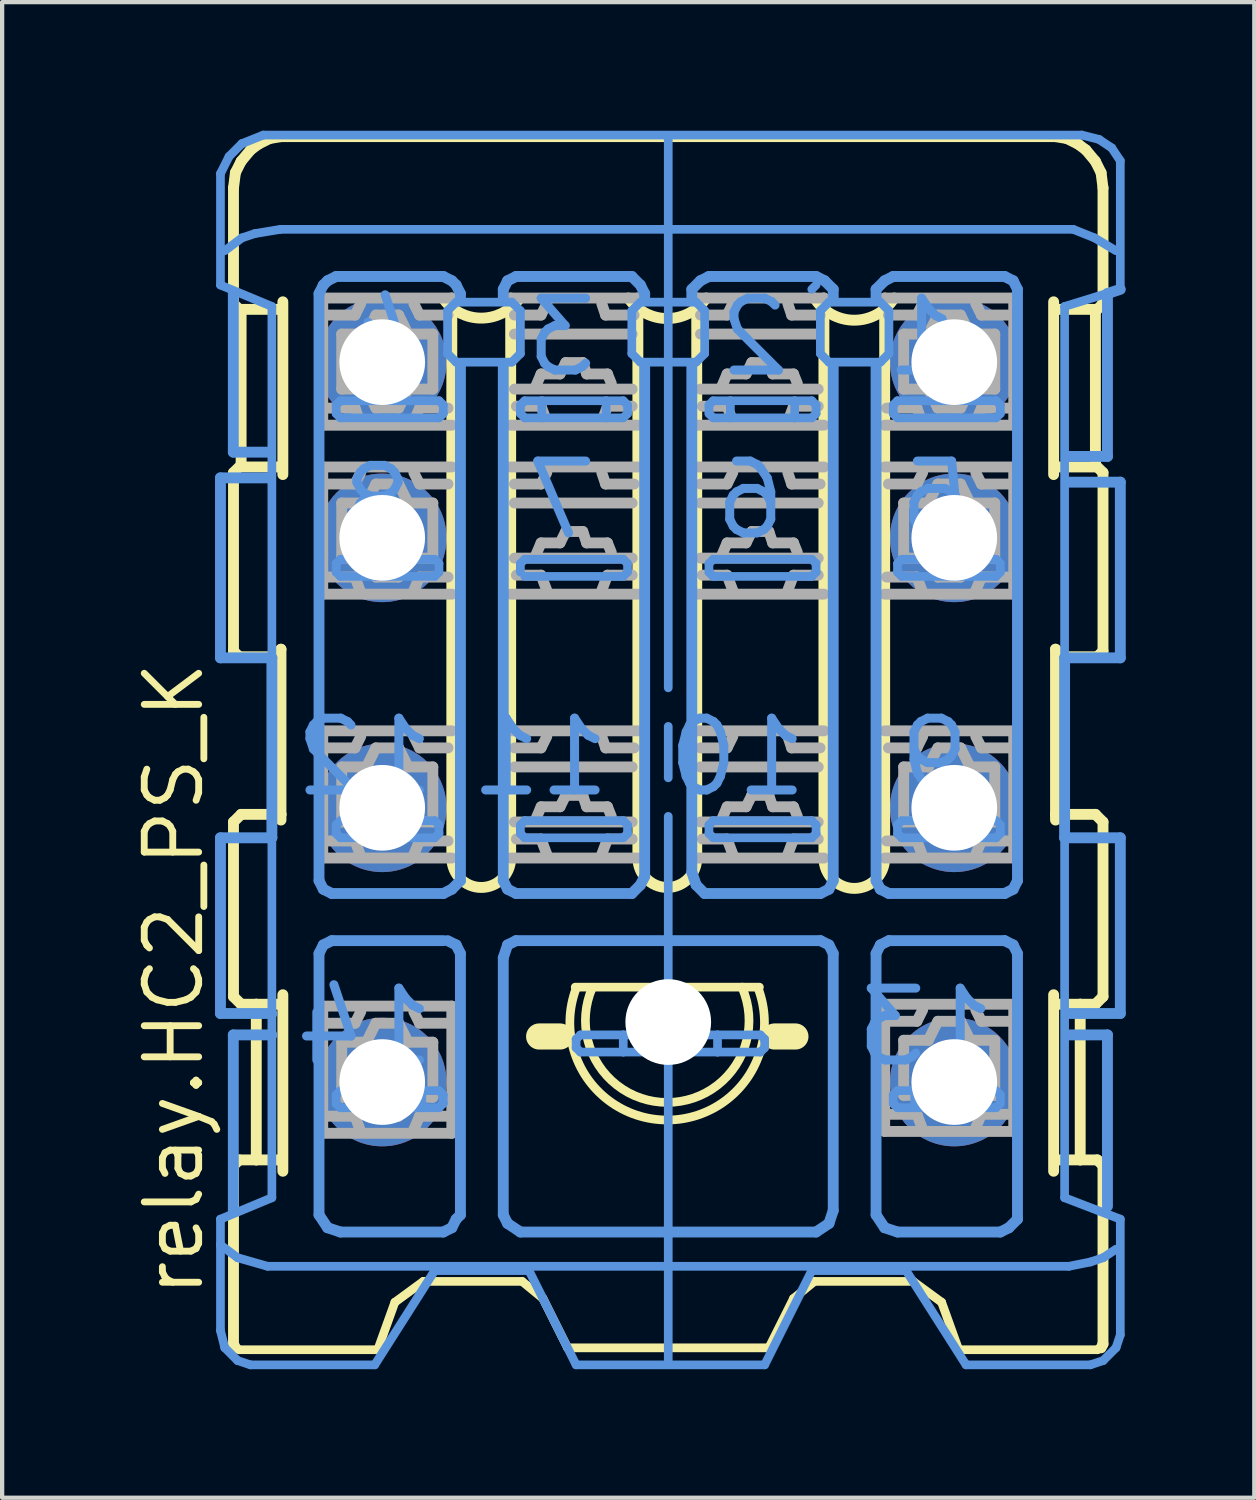
<source format=kicad_pcb>
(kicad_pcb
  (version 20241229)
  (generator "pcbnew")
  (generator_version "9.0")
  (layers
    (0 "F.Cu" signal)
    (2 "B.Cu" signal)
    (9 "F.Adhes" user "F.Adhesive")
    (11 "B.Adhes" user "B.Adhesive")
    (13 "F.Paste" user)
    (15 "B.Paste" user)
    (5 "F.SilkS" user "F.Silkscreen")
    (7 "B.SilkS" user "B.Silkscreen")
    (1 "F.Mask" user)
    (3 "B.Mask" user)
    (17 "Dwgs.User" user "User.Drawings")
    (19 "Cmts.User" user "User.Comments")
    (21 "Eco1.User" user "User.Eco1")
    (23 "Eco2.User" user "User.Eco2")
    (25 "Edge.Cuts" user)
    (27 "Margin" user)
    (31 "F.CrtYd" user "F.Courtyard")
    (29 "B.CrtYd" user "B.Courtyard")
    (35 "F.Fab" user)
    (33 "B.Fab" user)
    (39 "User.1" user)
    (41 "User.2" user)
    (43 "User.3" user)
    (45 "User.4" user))
  (footprint "relay.HC2_PS_K"
    (layer "F.Cu")
    (at 12.545 22.202)
    (property "Reference" "relay.HC2_PS_K" (at -10.795 5.08 90) (layer "F.SilkS") (effects (font (size 1.27 1.27) (thickness 0.16)) (justify left bottom)))
    (attr through_hole)
    (fp_line (start -10.146 -20.867) (end -10.101 -21.222) (stroke (width 0.254) (type default)) (layer "F.SilkS"))
    (fp_line (start -10.146 -18.165) (end -10.146 -20.867) (stroke (width 0.254) (type default)) (layer "F.SilkS"))
    (fp_line (start -10.146 -14.222) (end -9.968 -14.399) (stroke (width 0.254) (type default)) (layer "F.SilkS"))
    (fp_line (start -10.146 -10.057) (end -10.146 -14.222) (stroke (width 0.254) (type default)) (layer "F.SilkS"))
    (fp_line (start -10.146 -6.07) (end -9.968 -6.247) (stroke (width 0.254) (type default)) (layer "F.SilkS"))
    (fp_line (start -10.146 -1.994) (end -10.146 -6.07) (stroke (width 0.254) (type default)) (layer "F.SilkS"))
    (fp_line (start -10.146 1.949) (end -10.013 1.817) (stroke (width 0.254) (type default)) (layer "F.SilkS"))
    (fp_line (start -10.146 6.114) (end -10.146 1.949) (stroke (width 0.254) (type default)) (layer "F.SilkS"))
    (fp_line (start -10.101 -21.222) (end -9.968 -21.487) (stroke (width 0.254) (type default)) (layer "F.SilkS"))
    (fp_line (start -10.101 6.203) (end -10.146 6.114) (stroke (width 0.254) (type default)) (layer "F.SilkS"))
    (fp_line (start -10.013 -9.924) (end -10.146 -10.057) (stroke (width 0.254) (type default)) (layer "F.SilkS"))
    (fp_line (start -10.013 1.817) (end -9.614 1.817) (stroke (width 0.254) (type default)) (layer "F.SilkS"))
    (fp_line (start -10.013 6.247) (end -10.101 6.203) (stroke (width 0.203) (type default)) (layer "F.SilkS"))
    (fp_line (start -10.013 6.247) (end -6.779 6.247) (stroke (width 0.203) (type default)) (layer "F.SilkS"))
    (fp_line (start -9.968 -21.487) (end -9.747 -21.753) (stroke (width 0.254) (type default)) (layer "F.SilkS"))
    (fp_line (start -9.968 -18.032) (end -9.082 -18.032) (stroke (width 0.254) (type default)) (layer "F.SilkS"))
    (fp_line (start -9.968 -17.987) (end -10.146 -18.165) (stroke (width 0.254) (type default)) (layer "F.SilkS"))
    (fp_line (start -9.968 -14.399) (end -9.968 -17.987) (stroke (width 0.254) (type default)) (layer "F.SilkS"))
    (fp_line (start -9.968 -14.354) (end -9.082 -14.354) (stroke (width 0.254) (type default)) (layer "F.SilkS"))
    (fp_line (start -9.968 -6.247) (end -9.038 -6.247) (stroke (width 0.254) (type default)) (layer "F.SilkS"))
    (fp_line (start -9.968 -1.816) (end -10.146 -1.994) (stroke (width 0.254) (type default)) (layer "F.SilkS"))
    (fp_line (start -9.747 -21.753) (end -9.569 -21.886) (stroke (width 0.254) (type default)) (layer "F.SilkS"))
    (fp_line (start -9.614 -1.816) (end -9.968 -1.816) (stroke (width 0.254) (type default)) (layer "F.SilkS"))
    (fp_line (start -9.614 -1.816) (end -9.082 -1.816) (stroke (width 0.254) (type default)) (layer "F.SilkS"))
    (fp_line (start -9.614 1.817) (end -9.614 -1.816) (stroke (width 0.254) (type default)) (layer "F.SilkS"))
    (fp_line (start -9.614 1.817) (end -9.082 1.817) (stroke (width 0.254) (type default)) (layer "F.SilkS"))
    (fp_line (start -9.569 -21.886) (end -9.304 -22.019) (stroke (width 0.254) (type default)) (layer "F.SilkS"))
    (fp_line (start -9.304 -22.019) (end -9.038 -22.063) (stroke (width 0.254) (type default)) (layer "F.SilkS"))
    (fp_line (start -9.215 -9.924) (end -10.013 -9.924) (stroke (width 0.254) (type default)) (layer "F.SilkS"))
    (fp_line (start -9.038 -22.063) (end 9.038 -22.063) (stroke (width 0.254) (type default)) (layer "F.SilkS"))
    (fp_line (start -9.038 -10.101) (end -9.215 -9.924) (stroke (width 0.254) (type default)) (layer "F.SilkS"))
    (fp_line (start -9.038 -6.247) (end -9.038 -10.101) (stroke (width 0.254) (type default)) (layer "F.SilkS"))
    (fp_line (start -9.038 -6.247) (end -9.038 -6.114) (stroke (width 0.254) (type default)) (layer "F.SilkS"))
    (fp_line (start -8.994 -18.209) (end -8.994 -14.177) (stroke (width 0.254) (type default)) (layer "F.SilkS"))
    (fp_line (start -8.994 -2.038) (end -8.994 2.082) (stroke (width 0.254) (type default)) (layer "F.SilkS"))
    (fp_line (start -6.779 6.247) (end -6.38 5.139) (stroke (width 0.203) (type default)) (layer "F.SilkS"))
    (fp_line (start -6.38 5.139) (end -5.715 4.652) (stroke (width 0.203) (type default)) (layer "F.SilkS"))
    (fp_line (start -5.715 4.652) (end -3.411 4.652) (stroke (width 0.203) (type default)) (layer "F.SilkS"))
    (fp_line (start -5.051 -14.354) (end -5.051 -18.297) (stroke (width 0.254) (type default)) (layer "F.SilkS"))
    (fp_line (start -5.051 -14.354) (end -5.051 -8.152) (stroke (width 0.254) (type default)) (layer "F.SilkS"))
    (fp_line (start -5.051 -8.152) (end -5.051 -8.196) (stroke (width 0.254) (type default)) (layer "F.SilkS"))
    (fp_line (start -5.051 -5.228) (end -5.051 -8.152) (stroke (width 0.254) (type default)) (layer "F.SilkS"))
    (fp_line (start -3.677 -18.297) (end -3.677 -15.329) (stroke (width 0.254) (type default)) (layer "F.SilkS"))
    (fp_line (start -3.677 -15.329) (end -3.677 -15.329) (stroke (width 0.254) (type default)) (layer "F.SilkS"))
    (fp_line (start -3.677 -15.329) (end -3.677 -14.354) (stroke (width 0.254) (type default)) (layer "F.SilkS"))
    (fp_line (start -3.677 -14.354) (end -3.677 -11.386) (stroke (width 0.254) (type default)) (layer "F.SilkS"))
    (fp_line (start -3.677 -11.386) (end -3.677 -11.386) (stroke (width 0.254) (type default)) (layer "F.SilkS"))
    (fp_line (start -3.677 -11.386) (end -3.677 -5.228) (stroke (width 0.254) (type default)) (layer "F.SilkS"))
    (fp_line (start -3.411 4.652) (end -2.924 5.051) (stroke (width 0.203) (type default)) (layer "F.SilkS"))
    (fp_line (start -2.924 5.051) (end -2.348 6.203) (stroke (width 0.203) (type default)) (layer "F.SilkS"))
    (fp_line (start -2.525 -1.063) (end -3.013 -1.063) (stroke (width 0.61) (type default)) (layer "F.SilkS"))
    (fp_line (start -2.348 6.203) (end 2.348 6.203) (stroke (width 0.203) (type default)) (layer "F.SilkS"))
    (fp_line (start -2.171 -2.215) (end 1.728 -2.215) (stroke (width 0.203) (type default)) (layer "F.SilkS"))
    (fp_line (start -0.709 -15.329) (end -0.709 -18.297) (stroke (width 0.254) (type default)) (layer "F.SilkS"))
    (fp_line (start -0.709 -15.329) (end -0.709 -14.399) (stroke (width 0.254) (type default)) (layer "F.SilkS"))
    (fp_line (start -0.709 -15.329) (end -0.709 -15.329) (stroke (width 0.254) (type default)) (layer "F.SilkS"))
    (fp_line (start -0.709 -11.386) (end -0.709 -14.354) (stroke (width 0.254) (type default)) (layer "F.SilkS"))
    (fp_line (start -0.709 -11.386) (end -0.709 -5.228) (stroke (width 0.254) (type default)) (layer "F.SilkS"))
    (fp_line (start -0.709 -11.386) (end -0.709 -11.386) (stroke (width 0.254) (type default)) (layer "F.SilkS"))
    (fp_line (start 0.665 -18.297) (end 0.665 -15.329) (stroke (width 0.254) (type default)) (layer "F.SilkS"))
    (fp_line (start 0.665 -15.329) (end 0.665 -15.329) (stroke (width 0.254) (type default)) (layer "F.SilkS"))
    (fp_line (start 0.665 -15.329) (end 0.665 -14.354) (stroke (width 0.254) (type default)) (layer "F.SilkS"))
    (fp_line (start 0.665 -14.354) (end 0.665 -11.386) (stroke (width 0.254) (type default)) (layer "F.SilkS"))
    (fp_line (start 0.665 -11.386) (end 0.665 -11.386) (stroke (width 0.254) (type default)) (layer "F.SilkS"))
    (fp_line (start 0.665 -11.386) (end 0.665 -5.228) (stroke (width 0.254) (type default)) (layer "F.SilkS"))
    (fp_line (start 1.728 -2.215) (end 2.127 -2.215) (stroke (width 0.203) (type default)) (layer "F.SilkS"))
    (fp_line (start 2.924 5.051) (end 2.348 6.203) (stroke (width 0.203) (type default)) (layer "F.SilkS"))
    (fp_line (start 2.968 -1.063) (end 2.481 -1.063) (stroke (width 0.61) (type default)) (layer "F.SilkS"))
    (fp_line (start 3.411 4.652) (end 2.924 5.051) (stroke (width 0.203) (type default)) (layer "F.SilkS"))
    (fp_line (start 3.633 -15.329) (end 3.633 -18.297) (stroke (width 0.254) (type default)) (layer "F.SilkS"))
    (fp_line (start 3.633 -15.329) (end 3.633 -14.399) (stroke (width 0.254) (type default)) (layer "F.SilkS"))
    (fp_line (start 3.633 -15.329) (end 3.633 -15.329) (stroke (width 0.254) (type default)) (layer "F.SilkS"))
    (fp_line (start 3.633 -11.386) (end 3.633 -14.354) (stroke (width 0.254) (type default)) (layer "F.SilkS"))
    (fp_line (start 3.633 -11.386) (end 3.633 -8.152) (stroke (width 0.254) (type default)) (layer "F.SilkS"))
    (fp_line (start 3.633 -11.386) (end 3.633 -11.386) (stroke (width 0.254) (type default)) (layer "F.SilkS"))
    (fp_line (start 3.633 -8.152) (end 3.633 -8.196) (stroke (width 0.254) (type default)) (layer "F.SilkS"))
    (fp_line (start 3.633 -5.228) (end 3.633 -8.152) (stroke (width 0.254) (type default)) (layer "F.SilkS"))
    (fp_line (start 5.051 -18.297) (end 5.051 -14.354) (stroke (width 0.254) (type default)) (layer "F.SilkS"))
    (fp_line (start 5.051 -14.354) (end 5.051 -8.152) (stroke (width 0.254) (type default)) (layer "F.SilkS"))
    (fp_line (start 5.051 -8.196) (end 5.051 -8.152) (stroke (width 0.254) (type default)) (layer "F.SilkS"))
    (fp_line (start 5.051 -8.152) (end 5.051 -5.228) (stroke (width 0.254) (type default)) (layer "F.SilkS"))
    (fp_line (start 5.715 4.652) (end 3.411 4.652) (stroke (width 0.203) (type default)) (layer "F.SilkS"))
    (fp_line (start 6.38 5.139) (end 5.715 4.652) (stroke (width 0.203) (type default)) (layer "F.SilkS"))
    (fp_line (start 6.779 6.247) (end 6.38 5.139) (stroke (width 0.203) (type default)) (layer "F.SilkS"))
    (fp_line (start 6.779 6.247) (end 10.013 6.247) (stroke (width 0.203) (type default)) (layer "F.SilkS"))
    (fp_line (start 8.994 -18.209) (end 8.994 -14.177) (stroke (width 0.254) (type default)) (layer "F.SilkS"))
    (fp_line (start 8.994 -2.038) (end 8.994 2.082) (stroke (width 0.254) (type default)) (layer "F.SilkS"))
    (fp_line (start 9.038 -10.101) (end 9.215 -9.924) (stroke (width 0.254) (type default)) (layer "F.SilkS"))
    (fp_line (start 9.038 -6.247) (end 9.038 -10.101) (stroke (width 0.254) (type default)) (layer "F.SilkS"))
    (fp_line (start 9.038 -6.247) (end 9.038 -6.114) (stroke (width 0.254) (type default)) (layer "F.SilkS"))
    (fp_line (start 9.215 -9.924) (end 10.013 -9.924) (stroke (width 0.254) (type default)) (layer "F.SilkS"))
    (fp_line (start 9.304 -22.019) (end 9.038 -22.063) (stroke (width 0.254) (type default)) (layer "F.SilkS"))
    (fp_line (start 9.57 -21.886) (end 9.304 -22.019) (stroke (width 0.254) (type default)) (layer "F.SilkS"))
    (fp_line (start 9.614 -1.816) (end 9.082 -1.816) (stroke (width 0.254) (type default)) (layer "F.SilkS"))
    (fp_line (start 9.614 -1.816) (end 9.969 -1.816) (stroke (width 0.254) (type default)) (layer "F.SilkS"))
    (fp_line (start 9.614 1.817) (end 9.082 1.817) (stroke (width 0.254) (type default)) (layer "F.SilkS"))
    (fp_line (start 9.614 1.817) (end 9.614 -1.816) (stroke (width 0.254) (type default)) (layer "F.SilkS"))
    (fp_line (start 9.747 -21.753) (end 9.57 -21.886) (stroke (width 0.254) (type default)) (layer "F.SilkS"))
    (fp_line (start 9.969 -21.487) (end 9.747 -21.753) (stroke (width 0.254) (type default)) (layer "F.SilkS"))
    (fp_line (start 9.969 -18.032) (end 9.082 -18.032) (stroke (width 0.254) (type default)) (layer "F.SilkS"))
    (fp_line (start 9.969 -17.987) (end 10.146 -18.165) (stroke (width 0.254) (type default)) (layer "F.SilkS"))
    (fp_line (start 9.969 -14.399) (end 9.969 -17.987) (stroke (width 0.254) (type default)) (layer "F.SilkS"))
    (fp_line (start 9.969 -14.354) (end 9.082 -14.354) (stroke (width 0.254) (type default)) (layer "F.SilkS"))
    (fp_line (start 9.969 -6.247) (end 9.038 -6.247) (stroke (width 0.254) (type default)) (layer "F.SilkS"))
    (fp_line (start 9.969 -1.816) (end 10.146 -1.994) (stroke (width 0.254) (type default)) (layer "F.SilkS"))
    (fp_line (start 10.013 -9.924) (end 10.146 -10.057) (stroke (width 0.254) (type default)) (layer "F.SilkS"))
    (fp_line (start 10.013 1.817) (end 9.614 1.817) (stroke (width 0.254) (type default)) (layer "F.SilkS"))
    (fp_line (start 10.013 6.247) (end 10.101 6.203) (stroke (width 0.203) (type default)) (layer "F.SilkS"))
    (fp_line (start 10.101 -21.222) (end 9.969 -21.487) (stroke (width 0.254) (type default)) (layer "F.SilkS"))
    (fp_line (start 10.101 6.203) (end 10.146 6.114) (stroke (width 0.254) (type default)) (layer "F.SilkS"))
    (fp_line (start 10.146 -20.867) (end 10.101 -21.222) (stroke (width 0.254) (type default)) (layer "F.SilkS"))
    (fp_line (start 10.146 -18.165) (end 10.146 -20.867) (stroke (width 0.254) (type default)) (layer "F.SilkS"))
    (fp_line (start 10.146 -14.222) (end 9.969 -14.399) (stroke (width 0.254) (type default)) (layer "F.SilkS"))
    (fp_line (start 10.146 -10.057) (end 10.146 -14.222) (stroke (width 0.254) (type default)) (layer "F.SilkS"))
    (fp_line (start 10.146 -6.07) (end 9.969 -6.247) (stroke (width 0.254) (type default)) (layer "F.SilkS"))
    (fp_line (start 10.146 -1.994) (end 10.146 -6.07) (stroke (width 0.254) (type default)) (layer "F.SilkS"))
    (fp_line (start 10.146 1.949) (end 10.013 1.817) (stroke (width 0.254) (type default)) (layer "F.SilkS"))
    (fp_line (start 10.146 6.114) (end 10.146 1.949) (stroke (width 0.254) (type default)) (layer "F.SilkS"))
    (fp_arc (start -3.6772 -5.2278) (mid -4.3639 -4.5411) (end -5.0506 -5.2278) (stroke (width 0.254) (type default)) (layer "F.SilkS"))
    (fp_arc (start -3.5 -18.2532) (mid -4.36395 -17.827799) (end -5.2279 -18.2532) (stroke (width 0.254) (type default)) (layer "F.SilkS"))
    (fp_arc (start 0.6646 -5.2278) (mid -0.0221 -4.5411) (end -0.7088 -5.2278) (stroke (width 0.254) (type default)) (layer "F.SilkS"))
    (fp_arc (start 0.8861 -18.2976) (mid -0.02215 -17.817997) (end -0.9304 -18.2976) (stroke (width 0.254) (type default)) (layer "F.SilkS"))
    (fp_arc (start 1.725198 -2.198819) (mid -0.024495 0.475657) (end -1.772381 -2.2) (stroke (width 0.2032) (type default)) (layer "F.SilkS"))
    (fp_arc (start 2.1 -2.183612) (mid -0.024433 0.886297) (end -2.15148 -2.181802) (stroke (width 0.2032) (type default)) (layer "F.SilkS"))
    (fp_arc (start 5.0507 -5.2278) (mid 4.34185 -4.51895) (end 3.633 -5.2278) (stroke (width 0.254) (type default)) (layer "F.SilkS"))
    (fp_arc (start 5.2722 -18.2976) (mid 4.3418 -17.779286) (end 3.4114 -18.2976) (stroke (width 0.254) (type default)) (layer "F.SilkS"))
    (fp_line (start -10.45 -21.2) (end -10.45 -18.6) (stroke (width 0.203) (type default)) (layer "Cmts.User"))
    (fp_line (start -10.45 -18.6) (end -9.25 -18.1) (stroke (width 0.203) (type default)) (layer "Cmts.User"))
    (fp_line (start -10.45 -14.1) (end -10.45 -9.9) (stroke (width 0.254) (type default)) (layer "Cmts.User"))
    (fp_line (start -10.45 -9.9) (end -9.25 -9.9) (stroke (width 0.254) (type default)) (layer "Cmts.User"))
    (fp_line (start -10.45 -5.7) (end -10.45 -1.6) (stroke (width 0.254) (type default)) (layer "Cmts.User"))
    (fp_line (start -10.45 -1.6) (end -9.25 -1.6) (stroke (width 0.254) (type default)) (layer "Cmts.User"))
    (fp_line (start -10.45 3.2) (end -9.25 2.7) (stroke (width 0.203) (type default)) (layer "Cmts.User"))
    (fp_line (start -10.45 3.8) (end -10.45 3.2) (stroke (width 0.203) (type default)) (layer "Cmts.User"))
    (fp_line (start -10.45 5.8) (end -10.45 3.8) (stroke (width 0.203) (type default)) (layer "Cmts.User"))
    (fp_line (start -10.35 6.2) (end -10.45 5.8) (stroke (width 0.203) (type default)) (layer "Cmts.User"))
    (fp_line (start -10.25 -21.6) (end -10.45 -21.2) (stroke (width 0.203) (type default)) (layer "Cmts.User"))
    (fp_line (start -10.15 -18.4) (end -10.15 -14.7) (stroke (width 0.254) (type default)) (layer "Cmts.User"))
    (fp_line (start -10.15 -14.7) (end -9.35 -14.7) (stroke (width 0.254) (type default)) (layer "Cmts.User"))
    (fp_line (start -10.15 -1.1) (end -10.15 3) (stroke (width 0.254) (type default)) (layer "Cmts.User"))
    (fp_line (start -10.05 4.1) (end -10.45 3.8) (stroke (width 0.203) (type default)) (layer "Cmts.User"))
    (fp_line (start -10.05 6.5) (end -10.35 6.2) (stroke (width 0.203) (type default)) (layer "Cmts.User"))
    (fp_line (start -9.95 -21.9) (end -10.25 -21.6) (stroke (width 0.203) (type default)) (layer "Cmts.User"))
    (fp_line (start -9.95 -19.7) (end -10.35 -19.4) (stroke (width 0.203) (type default)) (layer "Cmts.User"))
    (fp_line (start -9.75 6.6) (end -10.05 6.5) (stroke (width 0.203) (type default)) (layer "Cmts.User"))
    (fp_line (start -9.65 -19.8) (end -9.95 -19.7) (stroke (width 0.203) (type default)) (layer "Cmts.User"))
    (fp_line (start -9.45 -22.1) (end -9.95 -21.9) (stroke (width 0.203) (type default)) (layer "Cmts.User"))
    (fp_line (start -9.35 -14.1) (end -10.45 -14.1) (stroke (width 0.254) (type default)) (layer "Cmts.User"))
    (fp_line (start -9.35 4.3) (end -10.05 4.1) (stroke (width 0.203) (type default)) (layer "Cmts.User"))
    (fp_line (start -9.35 4.3) (end 9.35 4.3) (stroke (width 0.203) (type default)) (layer "Cmts.User"))
    (fp_line (start -9.25 -18.1) (end -9.25 -10) (stroke (width 0.203) (type default)) (layer "Cmts.User"))
    (fp_line (start -9.25 -9.9) (end -9.25 -5.7) (stroke (width 0.254) (type default)) (layer "Cmts.User"))
    (fp_line (start -9.25 -5.7) (end -10.45 -5.7) (stroke (width 0.254) (type default)) (layer "Cmts.User"))
    (fp_line (start -9.25 -1.6) (end -9.25 -5.6) (stroke (width 0.203) (type default)) (layer "Cmts.User"))
    (fp_line (start -9.25 -1.6) (end -9.25 -1.1) (stroke (width 0.203) (type default)) (layer "Cmts.User"))
    (fp_line (start -9.25 -1.1) (end -10.15 -1.1) (stroke (width 0.254) (type default)) (layer "Cmts.User"))
    (fp_line (start -9.25 2.7) (end -9.25 -1.1) (stroke (width 0.203) (type default)) (layer "Cmts.User"))
    (fp_line (start -9.05 -19.9) (end -9.65 -19.8) (stroke (width 0.203) (type default)) (layer "Cmts.User"))
    (fp_line (start -8.15 -18.4) (end -8.15 -4.7) (stroke (width 0.254) (type default)) (layer "Cmts.User"))
    (fp_line (start -8.15 -4.7) (end -8.05 -4.5) (stroke (width 0.254) (type default)) (layer "Cmts.User"))
    (fp_line (start -8.15 -3) (end -8.15 3.1) (stroke (width 0.254) (type default)) (layer "Cmts.User"))
    (fp_line (start -8.15 3.1) (end -7.95 3.4) (stroke (width 0.254) (type default)) (layer "Cmts.User"))
    (fp_line (start -8.05 -18.6) (end -8.15 -18.4) (stroke (width 0.254) (type default)) (layer "Cmts.User"))
    (fp_line (start -8.05 -4.5) (end -7.85 -4.4) (stroke (width 0.254) (type default)) (layer "Cmts.User"))
    (fp_line (start -8.05 -3.2) (end -8.15 -3) (stroke (width 0.254) (type default)) (layer "Cmts.User"))
    (fp_line (start -7.95 -18.7) (end -8.05 -18.6) (stroke (width 0.254) (type default)) (layer "Cmts.User"))
    (fp_line (start -7.95 3.4) (end -7.65 3.5) (stroke (width 0.254) (type default)) (layer "Cmts.User"))
    (fp_line (start -7.85 -4.4) (end -5.25 -4.4) (stroke (width 0.254) (type default)) (layer "Cmts.User"))
    (fp_line (start -7.85 -3.3) (end -8.05 -3.2) (stroke (width 0.254) (type default)) (layer "Cmts.User"))
    (fp_line (start -7.75 -18.8) (end -7.95 -18.7) (stroke (width 0.254) (type default)) (layer "Cmts.User"))
    (fp_line (start -7.75 -15.8) (end -7.65 -15.9) (stroke (width 0.203) (type default)) (layer "Cmts.User"))
    (fp_line (start -7.75 -15.6) (end -7.75 -15.8) (stroke (width 0.203) (type default)) (layer "Cmts.User"))
    (fp_line (start -7.75 -12.1) (end -7.65 -12.2) (stroke (width 0.203) (type default)) (layer "Cmts.User"))
    (fp_line (start -7.75 -11.9) (end -7.75 -12.1) (stroke (width 0.203) (type default)) (layer "Cmts.User"))
    (fp_line (start -7.75 -6) (end -7.65 -6.1) (stroke (width 0.203) (type default)) (layer "Cmts.User"))
    (fp_line (start -7.75 -5.8) (end -7.75 -6) (stroke (width 0.203) (type default)) (layer "Cmts.User"))
    (fp_line (start -7.75 0.3) (end -7.65 0.2) (stroke (width 0.203) (type default)) (layer "Cmts.User"))
    (fp_line (start -7.75 0.5) (end -7.75 0.3) (stroke (width 0.203) (type default)) (layer "Cmts.User"))
    (fp_line (start -7.65 -15.9) (end -5.35 -15.9) (stroke (width 0.203) (type default)) (layer "Cmts.User"))
    (fp_line (start -7.65 -15.5) (end -7.75 -15.6) (stroke (width 0.203) (type default)) (layer "Cmts.User"))
    (fp_line (start -7.65 -12.2) (end -5.45 -12.2) (stroke (width 0.203) (type default)) (layer "Cmts.User"))
    (fp_line (start -7.65 -11.8) (end -7.75 -11.9) (stroke (width 0.203) (type default)) (layer "Cmts.User"))
    (fp_line (start -7.65 -6.1) (end -5.45 -6.1) (stroke (width 0.203) (type default)) (layer "Cmts.User"))
    (fp_line (start -7.65 -5.7) (end -7.75 -5.8) (stroke (width 0.203) (type default)) (layer "Cmts.User"))
    (fp_line (start -7.65 0.2) (end -7.25 0.2) (stroke (width 0.203) (type default)) (layer "Cmts.User"))
    (fp_line (start -7.65 0.6) (end -7.75 0.5) (stroke (width 0.203) (type default)) (layer "Cmts.User"))
    (fp_line (start -7.65 3.5) (end -5.25 3.5) (stroke (width 0.254) (type default)) (layer "Cmts.User"))
    (fp_line (start -7.25 0.2) (end -7.25 0.6) (stroke (width 0.203) (type default)) (layer "Cmts.User"))
    (fp_line (start -7.25 0.2) (end -5.75 0.2) (stroke (width 0.203) (type default)) (layer "Cmts.User"))
    (fp_line (start -7.25 0.6) (end -7.65 0.6) (stroke (width 0.203) (type default)) (layer "Cmts.User"))
    (fp_line (start -6.85 6.6) (end -9.75 6.6) (stroke (width 0.203) (type default)) (layer "Cmts.User"))
    (fp_line (start -5.75 0.2) (end -5.75 0.6) (stroke (width 0.203) (type default)) (layer "Cmts.User"))
    (fp_line (start -5.75 0.2) (end -5.35 0.2) (stroke (width 0.203) (type default)) (layer "Cmts.User"))
    (fp_line (start -5.75 0.6) (end -7.25 0.6) (stroke (width 0.203) (type default)) (layer "Cmts.User"))
    (fp_line (start -5.45 -12.2) (end -5.35 -12.1) (stroke (width 0.203) (type default)) (layer "Cmts.User"))
    (fp_line (start -5.45 -11.8) (end -7.65 -11.8) (stroke (width 0.203) (type default)) (layer "Cmts.User"))
    (fp_line (start -5.45 -6.1) (end -5.35 -6) (stroke (width 0.203) (type default)) (layer "Cmts.User"))
    (fp_line (start -5.45 -5.7) (end -7.65 -5.7) (stroke (width 0.203) (type default)) (layer "Cmts.User"))
    (fp_line (start -5.45 4.4) (end -6.85 6.6) (stroke (width 0.203) (type default)) (layer "Cmts.User"))
    (fp_line (start -5.35 -15.9) (end -5.25 -15.8) (stroke (width 0.203) (type default)) (layer "Cmts.User"))
    (fp_line (start -5.35 -15.5) (end -7.65 -15.5) (stroke (width 0.203) (type default)) (layer "Cmts.User"))
    (fp_line (start -5.35 -12.1) (end -5.35 -11.9) (stroke (width 0.203) (type default)) (layer "Cmts.User"))
    (fp_line (start -5.35 -11.9) (end -5.45 -11.8) (stroke (width 0.203) (type default)) (layer "Cmts.User"))
    (fp_line (start -5.35 -6) (end -5.35 -5.8) (stroke (width 0.203) (type default)) (layer "Cmts.User"))
    (fp_line (start -5.35 -5.8) (end -5.45 -5.7) (stroke (width 0.203) (type default)) (layer "Cmts.User"))
    (fp_line (start -5.35 0.2) (end -5.25 0.3) (stroke (width 0.203) (type default)) (layer "Cmts.User"))
    (fp_line (start -5.35 0.6) (end -5.75 0.6) (stroke (width 0.203) (type default)) (layer "Cmts.User"))
    (fp_line (start -5.25 -18.8) (end -7.75 -18.8) (stroke (width 0.254) (type default)) (layer "Cmts.User"))
    (fp_line (start -5.25 -15.8) (end -5.25 -15.6) (stroke (width 0.203) (type default)) (layer "Cmts.User"))
    (fp_line (start -5.25 -15.6) (end -5.35 -15.5) (stroke (width 0.203) (type default)) (layer "Cmts.User"))
    (fp_line (start -5.25 -4.4) (end -5.05 -4.5) (stroke (width 0.254) (type default)) (layer "Cmts.User"))
    (fp_line (start -5.25 -3.3) (end -7.85 -3.3) (stroke (width 0.254) (type default)) (layer "Cmts.User"))
    (fp_line (start -5.25 0.3) (end -5.25 0.5) (stroke (width 0.203) (type default)) (layer "Cmts.User"))
    (fp_line (start -5.25 0.5) (end -5.35 0.6) (stroke (width 0.203) (type default)) (layer "Cmts.User"))
    (fp_line (start -5.25 3.5) (end -5.05 3.4) (stroke (width 0.254) (type default)) (layer "Cmts.User"))
    (fp_line (start -5.15 -18) (end -5.15 -17) (stroke (width 0.203) (type default)) (layer "Cmts.User"))
    (fp_line (start -5.15 -17) (end -4.95 -16.8) (stroke (width 0.203) (type default)) (layer "Cmts.User"))
    (fp_line (start -5.05 -18.7) (end -5.25 -18.8) (stroke (width 0.254) (type default)) (layer "Cmts.User"))
    (fp_line (start -5.05 -4.5) (end -4.85 -4.7) (stroke (width 0.254) (type default)) (layer "Cmts.User"))
    (fp_line (start -5.05 3.4) (end -4.95 3.2) (stroke (width 0.254) (type default)) (layer "Cmts.User"))
    (fp_line (start -4.95 -18.6) (end -5.05 -18.7) (stroke (width 0.254) (type default)) (layer "Cmts.User"))
    (fp_line (start -4.95 -18.2) (end -5.15 -18) (stroke (width 0.203) (type default)) (layer "Cmts.User"))
    (fp_line (start -4.95 -16.8) (end -3.65 -16.8) (stroke (width 0.203) (type default)) (layer "Cmts.User"))
    (fp_line (start -4.95 -3.2) (end -5.15 -3.3) (stroke (width 0.254) (type default)) (layer "Cmts.User"))
    (fp_line (start -4.95 3.2) (end -4.85 3.1) (stroke (width 0.254) (type default)) (layer "Cmts.User"))
    (fp_line (start -4.85 -18.4) (end -4.95 -18.6) (stroke (width 0.254) (type default)) (layer "Cmts.User"))
    (fp_line (start -4.85 -18.3) (end -4.85 -18.4) (stroke (width 0.254) (type default)) (layer "Cmts.User"))
    (fp_line (start -4.85 -4.7) (end -4.85 -16.7) (stroke (width 0.254) (type default)) (layer "Cmts.User"))
    (fp_line (start -4.85 -3) (end -4.95 -3.2) (stroke (width 0.254) (type default)) (layer "Cmts.User"))
    (fp_line (start -4.85 3.1) (end -4.85 -3) (stroke (width 0.254) (type default)) (layer "Cmts.User"))
    (fp_line (start -3.85 -18.5) (end -3.85 -18.3) (stroke (width 0.254) (type default)) (layer "Cmts.User"))
    (fp_line (start -3.85 -16.7) (end -3.85 -4.7) (stroke (width 0.254) (type default)) (layer "Cmts.User"))
    (fp_line (start -3.85 -4.7) (end -3.75 -4.5) (stroke (width 0.254) (type default)) (layer "Cmts.User"))
    (fp_line (start -3.85 -2.9) (end -3.85 3.1) (stroke (width 0.254) (type default)) (layer "Cmts.User"))
    (fp_line (start -3.85 3.1) (end -3.75 3.3) (stroke (width 0.254) (type default)) (layer "Cmts.User"))
    (fp_line (start -3.75 -18.7) (end -3.85 -18.5) (stroke (width 0.254) (type default)) (layer "Cmts.User"))
    (fp_line (start -3.75 -4.5) (end -3.55 -4.4) (stroke (width 0.254) (type default)) (layer "Cmts.User"))
    (fp_line (start -3.75 -3.2) (end -3.85 -2.9) (stroke (width 0.254) (type default)) (layer "Cmts.User"))
    (fp_line (start -3.75 3.3) (end -3.45 3.5) (stroke (width 0.254) (type default)) (layer "Cmts.User"))
    (fp_line (start -3.65 -18.2) (end -4.95 -18.2) (stroke (width 0.203) (type default)) (layer "Cmts.User"))
    (fp_line (start -3.65 -16.8) (end -3.45 -17) (stroke (width 0.203) (type default)) (layer "Cmts.User"))
    (fp_line (start -3.55 -18.8) (end -3.75 -18.7) (stroke (width 0.254) (type default)) (layer "Cmts.User"))
    (fp_line (start -3.55 -4.4) (end -0.85 -4.4) (stroke (width 0.254) (type default)) (layer "Cmts.User"))
    (fp_line (start -3.55 -3.3) (end -3.75 -3.2) (stroke (width 0.254) (type default)) (layer "Cmts.User"))
    (fp_line (start -3.45 -18) (end -3.65 -18.2) (stroke (width 0.203) (type default)) (layer "Cmts.User"))
    (fp_line (start -3.45 -17) (end -3.45 -18) (stroke (width 0.203) (type default)) (layer "Cmts.User"))
    (fp_line (start -3.45 -15.8) (end -3.35 -15.9) (stroke (width 0.203) (type default)) (layer "Cmts.User"))
    (fp_line (start -3.45 -15.6) (end -3.45 -15.8) (stroke (width 0.203) (type default)) (layer "Cmts.User"))
    (fp_line (start -3.45 -12.1) (end -3.35 -12.2) (stroke (width 0.203) (type default)) (layer "Cmts.User"))
    (fp_line (start -3.45 -11.9) (end -3.45 -12.1) (stroke (width 0.203) (type default)) (layer "Cmts.User"))
    (fp_line (start -3.45 -6) (end -3.35 -6.1) (stroke (width 0.203) (type default)) (layer "Cmts.User"))
    (fp_line (start -3.45 -5.8) (end -3.45 -6) (stroke (width 0.203) (type default)) (layer "Cmts.User"))
    (fp_line (start -3.45 3.5) (end 3.45 3.5) (stroke (width 0.254) (type default)) (layer "Cmts.User"))
    (fp_line (start -3.35 -15.9) (end -2.95 -15.9) (stroke (width 0.203) (type default)) (layer "Cmts.User"))
    (fp_line (start -3.35 -15.5) (end -3.45 -15.6) (stroke (width 0.203) (type default)) (layer "Cmts.User"))
    (fp_line (start -3.35 -12.2) (end -1.05 -12.2) (stroke (width 0.203) (type default)) (layer "Cmts.User"))
    (fp_line (start -3.35 -6.1) (end -1.05 -6.1) (stroke (width 0.203) (type default)) (layer "Cmts.User"))
    (fp_line (start -3.35 -5.7) (end -3.45 -5.8) (stroke (width 0.203) (type default)) (layer "Cmts.User"))
    (fp_line (start -3.25 4.4) (end -5.45 4.4) (stroke (width 0.203) (type default)) (layer "Cmts.User"))
    (fp_line (start -2.95 -15.9) (end -2.95 -15.5) (stroke (width 0.203) (type default)) (layer "Cmts.User"))
    (fp_line (start -2.95 -15.9) (end -1.45 -15.9) (stroke (width 0.203) (type default)) (layer "Cmts.User"))
    (fp_line (start -2.95 -15.5) (end -3.35 -15.5) (stroke (width 0.203) (type default)) (layer "Cmts.User"))
    (fp_line (start -2.15 -1) (end -2.15 -0.8) (stroke (width 0.203) (type default)) (layer "Cmts.User"))
    (fp_line (start -2.15 -0.8) (end -2.05 -0.7) (stroke (width 0.203) (type default)) (layer "Cmts.User"))
    (fp_line (start -2.15 6.6) (end -3.25 4.4) (stroke (width 0.203) (type default)) (layer "Cmts.User"))
    (fp_line (start -2.05 -1.1) (end -2.15 -1) (stroke (width 0.203) (type default)) (layer "Cmts.User"))
    (fp_line (start -2.05 -0.7) (end -1.05 -0.7) (stroke (width 0.203) (type default)) (layer "Cmts.User"))
    (fp_line (start -1.45 -15.9) (end -1.45 -15.5) (stroke (width 0.203) (type default)) (layer "Cmts.User"))
    (fp_line (start -1.45 -15.9) (end -1.05 -15.9) (stroke (width 0.203) (type default)) (layer "Cmts.User"))
    (fp_line (start -1.45 -15.5) (end -2.95 -15.5) (stroke (width 0.203) (type default)) (layer "Cmts.User"))
    (fp_line (start -1.05 -15.9) (end -0.95 -15.8) (stroke (width 0.203) (type default)) (layer "Cmts.User"))
    (fp_line (start -1.05 -15.5) (end -1.45 -15.5) (stroke (width 0.203) (type default)) (layer "Cmts.User"))
    (fp_line (start -1.05 -12.2) (end -0.95 -12.1) (stroke (width 0.203) (type default)) (layer "Cmts.User"))
    (fp_line (start -1.05 -11.8) (end -3.35 -11.8) (stroke (width 0.203) (type default)) (layer "Cmts.User"))
    (fp_line (start -1.05 -6.1) (end -0.95 -6) (stroke (width 0.203) (type default)) (layer "Cmts.User"))
    (fp_line (start -1.05 -5.7) (end -3.35 -5.7) (stroke (width 0.203) (type default)) (layer "Cmts.User"))
    (fp_line (start -1.05 -1.1) (end -2.05 -1.1) (stroke (width 0.203) (type default)) (layer "Cmts.User"))
    (fp_line (start -1.05 -1.1) (end -1.05 -0.7) (stroke (width 0.203) (type default)) (layer "Cmts.User"))
    (fp_line (start -1.05 -0.7) (end 1.15 -0.7) (stroke (width 0.203) (type default)) (layer "Cmts.User"))
    (fp_line (start -0.95 -15.8) (end -0.95 -15.6) (stroke (width 0.203) (type default)) (layer "Cmts.User"))
    (fp_line (start -0.95 -15.6) (end -1.05 -15.5) (stroke (width 0.203) (type default)) (layer "Cmts.User"))
    (fp_line (start -0.95 -12.1) (end -0.95 -11.9) (stroke (width 0.203) (type default)) (layer "Cmts.User"))
    (fp_line (start -0.95 -11.9) (end -1.05 -11.8) (stroke (width 0.203) (type default)) (layer "Cmts.User"))
    (fp_line (start -0.95 -6) (end -0.95 -5.8) (stroke (width 0.203) (type default)) (layer "Cmts.User"))
    (fp_line (start -0.95 -5.8) (end -1.05 -5.7) (stroke (width 0.203) (type default)) (layer "Cmts.User"))
    (fp_line (start -0.85 -18.8) (end -3.55 -18.8) (stroke (width 0.254) (type default)) (layer "Cmts.User"))
    (fp_line (start -0.85 -18) (end -0.85 -17) (stroke (width 0.203) (type default)) (layer "Cmts.User"))
    (fp_line (start -0.85 -17) (end -0.65 -16.8) (stroke (width 0.203) (type default)) (layer "Cmts.User"))
    (fp_line (start -0.85 -4.4) (end -0.65 -4.6) (stroke (width 0.254) (type default)) (layer "Cmts.User"))
    (fp_line (start -0.65 -18.6) (end -0.85 -18.8) (stroke (width 0.254) (type default)) (layer "Cmts.User"))
    (fp_line (start -0.65 -18.2) (end -0.85 -18) (stroke (width 0.203) (type default)) (layer "Cmts.User"))
    (fp_line (start -0.65 -16.8) (end 0.65 -16.8) (stroke (width 0.203) (type default)) (layer "Cmts.User"))
    (fp_line (start -0.65 -4.6) (end -0.55 -4.8) (stroke (width 0.254) (type default)) (layer "Cmts.User"))
    (fp_line (start -0.55 -18.4) (end -0.65 -18.6) (stroke (width 0.254) (type default)) (layer "Cmts.User"))
    (fp_line (start -0.55 -18.3) (end -0.55 -18.4) (stroke (width 0.254) (type default)) (layer "Cmts.User"))
    (fp_line (start -0.55 -4.8) (end -0.55 -16.7) (stroke (width 0.254) (type default)) (layer "Cmts.User"))
    (fp_line (start 0 -22) (end 0 -9.2) (stroke (width 0.203) (type default)) (layer "Cmts.User"))
    (fp_line (start 0 -8.3) (end 0 -7.1) (stroke (width 0.203) (type default)) (layer "Cmts.User"))
    (fp_line (start 0 -6.2) (end 0 6.5) (stroke (width 0.203) (type default)) (layer "Cmts.User"))
    (fp_line (start 0.55 -18.5) (end 0.55 -18.3) (stroke (width 0.254) (type default)) (layer "Cmts.User"))
    (fp_line (start 0.55 -4.9) (end 0.55 -16.7) (stroke (width 0.254) (type default)) (layer "Cmts.User"))
    (fp_line (start 0.65 -18.2) (end -0.65 -18.2) (stroke (width 0.203) (type default)) (layer "Cmts.User"))
    (fp_line (start 0.65 -16.8) (end 0.85 -17) (stroke (width 0.203) (type default)) (layer "Cmts.User"))
    (fp_line (start 0.65 -4.6) (end 0.55 -4.9) (stroke (width 0.254) (type default)) (layer "Cmts.User"))
    (fp_line (start 0.75 -18.7) (end 0.55 -18.5) (stroke (width 0.254) (type default)) (layer "Cmts.User"))
    (fp_line (start 0.85 -18) (end 0.65 -18.2) (stroke (width 0.203) (type default)) (layer "Cmts.User"))
    (fp_line (start 0.85 -17) (end 0.85 -18) (stroke (width 0.203) (type default)) (layer "Cmts.User"))
    (fp_line (start 0.85 -4.4) (end 0.65 -4.6) (stroke (width 0.254) (type default)) (layer "Cmts.User"))
    (fp_line (start 0.95 -18.8) (end 0.75 -18.7) (stroke (width 0.254) (type default)) (layer "Cmts.User"))
    (fp_line (start 0.95 -15.8) (end 0.95 -15.6) (stroke (width 0.203) (type default)) (layer "Cmts.User"))
    (fp_line (start 0.95 -15.6) (end 1.05 -15.5) (stroke (width 0.203) (type default)) (layer "Cmts.User"))
    (fp_line (start 0.95 -12.1) (end 0.95 -11.9) (stroke (width 0.203) (type default)) (layer "Cmts.User"))
    (fp_line (start 0.95 -11.9) (end 1.05 -11.8) (stroke (width 0.203) (type default)) (layer "Cmts.User"))
    (fp_line (start 0.95 -6) (end 0.95 -5.8) (stroke (width 0.203) (type default)) (layer "Cmts.User"))
    (fp_line (start 0.95 -5.8) (end 1.05 -5.7) (stroke (width 0.203) (type default)) (layer "Cmts.User"))
    (fp_line (start 1.05 -15.9) (end 0.95 -15.8) (stroke (width 0.203) (type default)) (layer "Cmts.User"))
    (fp_line (start 1.05 -15.5) (end 1.45 -15.5) (stroke (width 0.203) (type default)) (layer "Cmts.User"))
    (fp_line (start 1.05 -12.2) (end 0.95 -12.1) (stroke (width 0.203) (type default)) (layer "Cmts.User"))
    (fp_line (start 1.05 -11.8) (end 3.35 -11.8) (stroke (width 0.203) (type default)) (layer "Cmts.User"))
    (fp_line (start 1.05 -6.1) (end 0.95 -6) (stroke (width 0.203) (type default)) (layer "Cmts.User"))
    (fp_line (start 1.05 -5.7) (end 3.35 -5.7) (stroke (width 0.203) (type default)) (layer "Cmts.User"))
    (fp_line (start 1.15 -1.1) (end -1.05 -1.1) (stroke (width 0.203) (type default)) (layer "Cmts.User"))
    (fp_line (start 1.15 -1.1) (end 1.15 -0.7) (stroke (width 0.203) (type default)) (layer "Cmts.User"))
    (fp_line (start 1.15 -0.7) (end 2.15 -0.7) (stroke (width 0.203) (type default)) (layer "Cmts.User"))
    (fp_line (start 1.45 -15.9) (end 1.05 -15.9) (stroke (width 0.203) (type default)) (layer "Cmts.User"))
    (fp_line (start 1.45 -15.9) (end 1.45 -15.5) (stroke (width 0.203) (type default)) (layer "Cmts.User"))
    (fp_line (start 1.45 -15.5) (end 2.95 -15.5) (stroke (width 0.203) (type default)) (layer "Cmts.User"))
    (fp_line (start 2.15 -1.1) (end 1.15 -1.1) (stroke (width 0.203) (type default)) (layer "Cmts.User"))
    (fp_line (start 2.15 -0.7) (end 2.25 -0.8) (stroke (width 0.203) (type default)) (layer "Cmts.User"))
    (fp_line (start 2.25 -1) (end 2.15 -1.1) (stroke (width 0.203) (type default)) (layer "Cmts.User"))
    (fp_line (start 2.25 -0.8) (end 2.25 -1) (stroke (width 0.203) (type default)) (layer "Cmts.User"))
    (fp_line (start 2.25 6.6) (end -2.15 6.6) (stroke (width 0.203) (type default)) (layer "Cmts.User"))
    (fp_line (start 2.95 -15.9) (end 1.45 -15.9) (stroke (width 0.203) (type default)) (layer "Cmts.User"))
    (fp_line (start 2.95 -15.9) (end 2.95 -15.5) (stroke (width 0.203) (type default)) (layer "Cmts.User"))
    (fp_line (start 2.95 -15.5) (end 3.35 -15.5) (stroke (width 0.203) (type default)) (layer "Cmts.User"))
    (fp_line (start 3.35 -18.5) (end 3.45 -18.6) (stroke (width 0.203) (type default)) (layer "Cmts.User"))
    (fp_line (start 3.35 -15.9) (end 2.95 -15.9) (stroke (width 0.203) (type default)) (layer "Cmts.User"))
    (fp_line (start 3.35 -15.5) (end 3.45 -15.6) (stroke (width 0.203) (type default)) (layer "Cmts.User"))
    (fp_line (start 3.35 -12.2) (end 1.05 -12.2) (stroke (width 0.203) (type default)) (layer "Cmts.User"))
    (fp_line (start 3.35 -11.8) (end 3.45 -11.9) (stroke (width 0.203) (type default)) (layer "Cmts.User"))
    (fp_line (start 3.35 -6.1) (end 1.05 -6.1) (stroke (width 0.203) (type default)) (layer "Cmts.User"))
    (fp_line (start 3.35 -5.7) (end 3.45 -5.8) (stroke (width 0.203) (type default)) (layer "Cmts.User"))
    (fp_line (start 3.35 4.4) (end 2.25 6.6) (stroke (width 0.203) (type default)) (layer "Cmts.User"))
    (fp_line (start 3.45 -18.8) (end 0.95 -18.8) (stroke (width 0.254) (type default)) (layer "Cmts.User"))
    (fp_line (start 3.45 -15.8) (end 3.35 -15.9) (stroke (width 0.203) (type default)) (layer "Cmts.User"))
    (fp_line (start 3.45 -15.6) (end 3.45 -15.8) (stroke (width 0.203) (type default)) (layer "Cmts.User"))
    (fp_line (start 3.45 -12.1) (end 3.35 -12.2) (stroke (width 0.203) (type default)) (layer "Cmts.User"))
    (fp_line (start 3.45 -11.9) (end 3.45 -12.1) (stroke (width 0.203) (type default)) (layer "Cmts.User"))
    (fp_line (start 3.45 -6) (end 3.35 -6.1) (stroke (width 0.203) (type default)) (layer "Cmts.User"))
    (fp_line (start 3.45 -5.8) (end 3.45 -6) (stroke (width 0.203) (type default)) (layer "Cmts.User"))
    (fp_line (start 3.45 3.5) (end 3.75 3.3) (stroke (width 0.254) (type default)) (layer "Cmts.User"))
    (fp_line (start 3.55 -18) (end 3.55 -17) (stroke (width 0.203) (type default)) (layer "Cmts.User"))
    (fp_line (start 3.55 -17) (end 3.75 -16.8) (stroke (width 0.203) (type default)) (layer "Cmts.User"))
    (fp_line (start 3.55 -4.4) (end 0.85 -4.4) (stroke (width 0.254) (type default)) (layer "Cmts.User"))
    (fp_line (start 3.55 -3.3) (end -3.55 -3.3) (stroke (width 0.254) (type default)) (layer "Cmts.User"))
    (fp_line (start 3.65 -18.7) (end 3.45 -18.8) (stroke (width 0.254) (type default)) (layer "Cmts.User"))
    (fp_line (start 3.75 -18.2) (end 3.55 -18) (stroke (width 0.203) (type default)) (layer "Cmts.User"))
    (fp_line (start 3.75 -16.8) (end 4.95 -16.8) (stroke (width 0.203) (type default)) (layer "Cmts.User"))
    (fp_line (start 3.75 -4.5) (end 3.55 -4.4) (stroke (width 0.254) (type default)) (layer "Cmts.User"))
    (fp_line (start 3.75 -3.2) (end 3.55 -3.3) (stroke (width 0.254) (type default)) (layer "Cmts.User"))
    (fp_line (start 3.75 3.3) (end 3.85 3) (stroke (width 0.254) (type default)) (layer "Cmts.User"))
    (fp_line (start 3.85 -18.5) (end 3.65 -18.7) (stroke (width 0.254) (type default)) (layer "Cmts.User"))
    (fp_line (start 3.85 -18.3) (end 3.85 -18.5) (stroke (width 0.254) (type default)) (layer "Cmts.User"))
    (fp_line (start 3.85 -16.7) (end 3.85 -4.7) (stroke (width 0.254) (type default)) (layer "Cmts.User"))
    (fp_line (start 3.85 -4.7) (end 3.75 -4.5) (stroke (width 0.254) (type default)) (layer "Cmts.User"))
    (fp_line (start 3.85 -3) (end 3.75 -3.2) (stroke (width 0.254) (type default)) (layer "Cmts.User"))
    (fp_line (start 3.85 3) (end 3.85 -3) (stroke (width 0.254) (type default)) (layer "Cmts.User"))
    (fp_line (start 4.85 -18.5) (end 4.85 -18.3) (stroke (width 0.254) (type default)) (layer "Cmts.User"))
    (fp_line (start 4.85 -4.7) (end 4.85 -16.7) (stroke (width 0.254) (type default)) (layer "Cmts.User"))
    (fp_line (start 4.85 -3) (end 4.85 3.1) (stroke (width 0.254) (type default)) (layer "Cmts.User"))
    (fp_line (start 4.85 3.1) (end 5.05 3.4) (stroke (width 0.254) (type default)) (layer "Cmts.User"))
    (fp_line (start 4.95 -18.2) (end 3.75 -18.2) (stroke (width 0.203) (type default)) (layer "Cmts.User"))
    (fp_line (start 4.95 -16.8) (end 5.15 -17) (stroke (width 0.203) (type default)) (layer "Cmts.User"))
    (fp_line (start 4.95 -4.5) (end 4.85 -4.7) (stroke (width 0.254) (type default)) (layer "Cmts.User"))
    (fp_line (start 4.95 -3.2) (end 4.85 -3) (stroke (width 0.254) (type default)) (layer "Cmts.User"))
    (fp_line (start 5.05 -18.7) (end 4.85 -18.5) (stroke (width 0.254) (type default)) (layer "Cmts.User"))
    (fp_line (start 5.05 3.4) (end 5.35 3.5) (stroke (width 0.254) (type default)) (layer "Cmts.User"))
    (fp_line (start 5.15 -18) (end 4.95 -18.2) (stroke (width 0.203) (type default)) (layer "Cmts.User"))
    (fp_line (start 5.15 -17) (end 5.15 -18) (stroke (width 0.203) (type default)) (layer "Cmts.User"))
    (fp_line (start 5.15 -4.4) (end 4.95 -4.5) (stroke (width 0.254) (type default)) (layer "Cmts.User"))
    (fp_line (start 5.15 -3.3) (end 4.95 -3.2) (stroke (width 0.254) (type default)) (layer "Cmts.User"))
    (fp_line (start 5.25 -18.8) (end 5.05 -18.7) (stroke (width 0.254) (type default)) (layer "Cmts.User"))
    (fp_line (start 5.25 -15.8) (end 5.25 -15.6) (stroke (width 0.203) (type default)) (layer "Cmts.User"))
    (fp_line (start 5.25 -15.6) (end 5.35 -15.5) (stroke (width 0.203) (type default)) (layer "Cmts.User"))
    (fp_line (start 5.25 0.3) (end 5.25 0.5) (stroke (width 0.203) (type default)) (layer "Cmts.User"))
    (fp_line (start 5.25 0.5) (end 5.35 0.6) (stroke (width 0.203) (type default)) (layer "Cmts.User"))
    (fp_line (start 5.35 -15.9) (end 5.25 -15.8) (stroke (width 0.203) (type default)) (layer "Cmts.User"))
    (fp_line (start 5.35 -15.5) (end 7.65 -15.5) (stroke (width 0.203) (type default)) (layer "Cmts.User"))
    (fp_line (start 5.35 -12.1) (end 5.35 -11.9) (stroke (width 0.203) (type default)) (layer "Cmts.User"))
    (fp_line (start 5.35 -11.9) (end 5.45 -11.8) (stroke (width 0.203) (type default)) (layer "Cmts.User"))
    (fp_line (start 5.35 -6) (end 5.35 -5.8) (stroke (width 0.203) (type default)) (layer "Cmts.User"))
    (fp_line (start 5.35 -5.8) (end 5.45 -5.7) (stroke (width 0.203) (type default)) (layer "Cmts.User"))
    (fp_line (start 5.35 0.2) (end 5.25 0.3) (stroke (width 0.203) (type default)) (layer "Cmts.User"))
    (fp_line (start 5.35 0.6) (end 5.75 0.6) (stroke (width 0.203) (type default)) (layer "Cmts.User"))
    (fp_line (start 5.35 3.5) (end 7.75 3.5) (stroke (width 0.254) (type default)) (layer "Cmts.User"))
    (fp_line (start 5.45 -12.2) (end 5.35 -12.1) (stroke (width 0.203) (type default)) (layer "Cmts.User"))
    (fp_line (start 5.45 -11.8) (end 7.65 -11.8) (stroke (width 0.203) (type default)) (layer "Cmts.User"))
    (fp_line (start 5.45 -6.1) (end 5.35 -6) (stroke (width 0.203) (type default)) (layer "Cmts.User"))
    (fp_line (start 5.45 -5.7) (end 7.65 -5.7) (stroke (width 0.203) (type default)) (layer "Cmts.User"))
    (fp_line (start 5.55 4.4) (end 3.35 4.4) (stroke (width 0.203) (type default)) (layer "Cmts.User"))
    (fp_line (start 5.75 0.2) (end 5.35 0.2) (stroke (width 0.203) (type default)) (layer "Cmts.User"))
    (fp_line (start 5.75 0.2) (end 5.75 0.6) (stroke (width 0.203) (type default)) (layer "Cmts.User"))
    (fp_line (start 5.75 0.6) (end 7.25 0.6) (stroke (width 0.203) (type default)) (layer "Cmts.User"))
    (fp_line (start 6.95 6.6) (end 5.55 4.4) (stroke (width 0.203) (type default)) (layer "Cmts.User"))
    (fp_line (start 7.25 0.2) (end 5.75 0.2) (stroke (width 0.203) (type default)) (layer "Cmts.User"))
    (fp_line (start 7.25 0.2) (end 7.25 0.6) (stroke (width 0.203) (type default)) (layer "Cmts.User"))
    (fp_line (start 7.25 0.6) (end 7.65 0.6) (stroke (width 0.203) (type default)) (layer "Cmts.User"))
    (fp_line (start 7.65 -15.9) (end 5.35 -15.9) (stroke (width 0.203) (type default)) (layer "Cmts.User"))
    (fp_line (start 7.65 -15.5) (end 7.75 -15.6) (stroke (width 0.203) (type default)) (layer "Cmts.User"))
    (fp_line (start 7.65 -12.2) (end 5.45 -12.2) (stroke (width 0.203) (type default)) (layer "Cmts.User"))
    (fp_line (start 7.65 -11.8) (end 7.75 -11.9) (stroke (width 0.203) (type default)) (layer "Cmts.User"))
    (fp_line (start 7.65 -6.1) (end 5.45 -6.1) (stroke (width 0.203) (type default)) (layer "Cmts.User"))
    (fp_line (start 7.65 -5.7) (end 7.75 -5.8) (stroke (width 0.203) (type default)) (layer "Cmts.User"))
    (fp_line (start 7.65 0.2) (end 7.25 0.2) (stroke (width 0.203) (type default)) (layer "Cmts.User"))
    (fp_line (start 7.65 0.6) (end 7.75 0.5) (stroke (width 0.203) (type default)) (layer "Cmts.User"))
    (fp_line (start 7.75 -15.8) (end 7.65 -15.9) (stroke (width 0.203) (type default)) (layer "Cmts.User"))
    (fp_line (start 7.75 -15.6) (end 7.75 -15.8) (stroke (width 0.203) (type default)) (layer "Cmts.User"))
    (fp_line (start 7.75 -12.1) (end 7.65 -12.2) (stroke (width 0.203) (type default)) (layer "Cmts.User"))
    (fp_line (start 7.75 -11.9) (end 7.75 -12.1) (stroke (width 0.203) (type default)) (layer "Cmts.User"))
    (fp_line (start 7.75 -6) (end 7.65 -6.1) (stroke (width 0.203) (type default)) (layer "Cmts.User"))
    (fp_line (start 7.75 -5.8) (end 7.75 -6) (stroke (width 0.203) (type default)) (layer "Cmts.User"))
    (fp_line (start 7.75 0.3) (end 7.65 0.2) (stroke (width 0.203) (type default)) (layer "Cmts.User"))
    (fp_line (start 7.75 0.5) (end 7.75 0.3) (stroke (width 0.203) (type default)) (layer "Cmts.User"))
    (fp_line (start 7.75 3.5) (end 7.95 3.4) (stroke (width 0.254) (type default)) (layer "Cmts.User"))
    (fp_line (start 7.85 -18.8) (end 5.25 -18.8) (stroke (width 0.254) (type default)) (layer "Cmts.User"))
    (fp_line (start 7.85 -18.8) (end 8.05 -18.7) (stroke (width 0.254) (type default)) (layer "Cmts.User"))
    (fp_line (start 7.85 -4.4) (end 5.15 -4.4) (stroke (width 0.254) (type default)) (layer "Cmts.User"))
    (fp_line (start 7.85 -3.3) (end 5.15 -3.3) (stroke (width 0.254) (type default)) (layer "Cmts.User"))
    (fp_line (start 7.95 3.4) (end 8.15 3.2) (stroke (width 0.254) (type default)) (layer "Cmts.User"))
    (fp_line (start 8.05 -18.7) (end 8.15 -18.5) (stroke (width 0.254) (type default)) (layer "Cmts.User"))
    (fp_line (start 8.05 -4.5) (end 7.85 -4.4) (stroke (width 0.254) (type default)) (layer "Cmts.User"))
    (fp_line (start 8.05 -3.2) (end 7.85 -3.3) (stroke (width 0.254) (type default)) (layer "Cmts.User"))
    (fp_line (start 8.15 -18.5) (end 8.15 -4.7) (stroke (width 0.254) (type default)) (layer "Cmts.User"))
    (fp_line (start 8.15 -4.7) (end 8.05 -4.5) (stroke (width 0.254) (type default)) (layer "Cmts.User"))
    (fp_line (start 8.15 -3) (end 8.05 -3.2) (stroke (width 0.254) (type default)) (layer "Cmts.User"))
    (fp_line (start 8.15 3.2) (end 8.15 -3) (stroke (width 0.254) (type default)) (layer "Cmts.User"))
    (fp_line (start 9.25 -18.1) (end 10.55 -18.5) (stroke (width 0.203) (type default)) (layer "Cmts.User"))
    (fp_line (start 9.25 -9.9) (end 9.25 -18.1) (stroke (width 0.203) (type default)) (layer "Cmts.User"))
    (fp_line (start 9.25 -9.9) (end 10.55 -9.9) (stroke (width 0.254) (type default)) (layer "Cmts.User"))
    (fp_line (start 9.25 -5.7) (end 9.25 -9.9) (stroke (width 0.254) (type default)) (layer "Cmts.User"))
    (fp_line (start 9.25 2.7) (end 9.25 -5.6) (stroke (width 0.203) (type default)) (layer "Cmts.User"))
    (fp_line (start 9.35 -14.6) (end 10.25 -14.6) (stroke (width 0.254) (type default)) (layer "Cmts.User"))
    (fp_line (start 9.35 -1.6) (end 10.55 -1.6) (stroke (width 0.254) (type default)) (layer "Cmts.User"))
    (fp_line (start 9.35 4.3) (end 9.85 4.2) (stroke (width 0.203) (type default)) (layer "Cmts.User"))
    (fp_line (start 9.45 -19.9) (end -9.05 -19.9) (stroke (width 0.203) (type default)) (layer "Cmts.User"))
    (fp_line (start 9.65 -22.1) (end -9.45 -22.1) (stroke (width 0.203) (type default)) (layer "Cmts.User"))
    (fp_line (start 9.85 4.2) (end 10.15 4.1) (stroke (width 0.203) (type default)) (layer "Cmts.User"))
    (fp_line (start 9.85 6.6) (end 6.95 6.6) (stroke (width 0.203) (type default)) (layer "Cmts.User"))
    (fp_line (start 9.95 -19.7) (end 9.45 -19.9) (stroke (width 0.203) (type default)) (layer "Cmts.User"))
    (fp_line (start 10.05 -22) (end 9.65 -22.1) (stroke (width 0.203) (type default)) (layer "Cmts.User"))
    (fp_line (start 10.15 4.1) (end 10.45 3.9) (stroke (width 0.203) (type default)) (layer "Cmts.User"))
    (fp_line (start 10.15 6.5) (end 9.85 6.6) (stroke (width 0.203) (type default)) (layer "Cmts.User"))
    (fp_line (start 10.25 -18.4) (end 10.55 -18.5) (stroke (width 0.254) (type default)) (layer "Cmts.User"))
    (fp_line (start 10.25 -14.6) (end 10.25 -18.4) (stroke (width 0.254) (type default)) (layer "Cmts.User"))
    (fp_line (start 10.25 -1.1) (end 9.35 -1.1) (stroke (width 0.254) (type default)) (layer "Cmts.User"))
    (fp_line (start 10.25 2.9) (end 10.25 -1.1) (stroke (width 0.254) (type default)) (layer "Cmts.User"))
    (fp_line (start 10.35 -21.8) (end 10.05 -22) (stroke (width 0.203) (type default)) (layer "Cmts.User"))
    (fp_line (start 10.45 -19.4) (end 9.95 -19.7) (stroke (width 0.203) (type default)) (layer "Cmts.User"))
    (fp_line (start 10.45 6.2) (end 10.15 6.5) (stroke (width 0.203) (type default)) (layer "Cmts.User"))
    (fp_line (start 10.55 -21.5) (end 10.35 -21.8) (stroke (width 0.203) (type default)) (layer "Cmts.User"))
    (fp_line (start 10.55 -18.5) (end 10.55 -21.5) (stroke (width 0.203) (type default)) (layer "Cmts.User"))
    (fp_line (start 10.55 -14) (end 9.35 -14) (stroke (width 0.254) (type default)) (layer "Cmts.User"))
    (fp_line (start 10.55 -9.9) (end 10.55 -14) (stroke (width 0.254) (type default)) (layer "Cmts.User"))
    (fp_line (start 10.55 -5.7) (end 9.25 -5.7) (stroke (width 0.254) (type default)) (layer "Cmts.User"))
    (fp_line (start 10.55 -1.6) (end 10.55 -5.7) (stroke (width 0.254) (type default)) (layer "Cmts.User"))
    (fp_line (start 10.55 3.2) (end 9.25 2.7) (stroke (width 0.203) (type default)) (layer "Cmts.User"))
    (fp_line (start 10.55 3.2) (end 10.55 5.9) (stroke (width 0.203) (type default)) (layer "Cmts.User"))
    (fp_line (start 10.55 5.9) (end 10.45 6.2) (stroke (width 0.203) (type default)) (layer "Cmts.User"))
    (fp_line (start -8.063 -18.297) (end -8.063 -15.329) (stroke (width 0.254) (type default)) (layer "F.Fab"))
    (fp_line (start -8.063 -15.329) (end -5.051 -15.329) (stroke (width 0.254) (type default)) (layer "F.Fab"))
    (fp_line (start -8.063 -14.354) (end -8.063 -11.386) (stroke (width 0.254) (type default)) (layer "F.Fab"))
    (fp_line (start -8.063 -11.386) (end -5.051 -11.386) (stroke (width 0.254) (type default)) (layer "F.Fab"))
    (fp_line (start -8.063 -8.196) (end -8.063 -5.228) (stroke (width 0.254) (type default)) (layer "F.Fab"))
    (fp_line (start -8.063 -5.228) (end -5.051 -5.228) (stroke (width 0.254) (type default)) (layer "F.Fab"))
    (fp_line (start -8.063 -1.772) (end -8.063 1.196) (stroke (width 0.254) (type default)) (layer "F.Fab"))
    (fp_line (start -8.063 1.196) (end -5.051 1.196) (stroke (width 0.254) (type default)) (layer "F.Fab"))
    (fp_line (start -8.019 -15.728) (end -7.31 -15.728) (stroke (width 0.254) (type default)) (layer "F.Fab"))
    (fp_line (start -8.019 -11.785) (end -7.31 -11.785) (stroke (width 0.254) (type default)) (layer "F.Fab"))
    (fp_line (start -8.019 -5.627) (end -7.31 -5.627) (stroke (width 0.254) (type default)) (layer "F.Fab"))
    (fp_line (start -8.019 0.797) (end -7.31 0.797) (stroke (width 0.254) (type default)) (layer "F.Fab"))
    (fp_line (start -7.975 -17.899) (end -7.31 -17.899) (stroke (width 0.254) (type default)) (layer "F.Fab"))
    (fp_line (start -7.975 -13.956) (end -7.31 -13.956) (stroke (width 0.254) (type default)) (layer "F.Fab"))
    (fp_line (start -7.975 -7.798) (end -7.31 -7.798) (stroke (width 0.254) (type default)) (layer "F.Fab"))
    (fp_line (start -7.975 -1.373) (end -7.31 -1.373) (stroke (width 0.254) (type default)) (layer "F.Fab"))
    (fp_line (start -7.62 -17.456) (end -7.044 -17.456) (stroke (width 0.254) (type default)) (layer "F.Fab"))
    (fp_line (start -7.62 -16.171) (end -7.62 -17.456) (stroke (width 0.254) (type default)) (layer "F.Fab"))
    (fp_line (start -7.62 -13.513) (end -7.044 -13.513) (stroke (width 0.254) (type default)) (layer "F.Fab"))
    (fp_line (start -7.62 -12.228) (end -7.62 -13.513) (stroke (width 0.254) (type default)) (layer "F.Fab"))
    (fp_line (start -7.62 -7.354) (end -7.044 -7.354) (stroke (width 0.254) (type default)) (layer "F.Fab"))
    (fp_line (start -7.62 -6.07) (end -7.62 -7.354) (stroke (width 0.254) (type default)) (layer "F.Fab"))
    (fp_line (start -7.62 -0.93) (end -7.044 -0.93) (stroke (width 0.254) (type default)) (layer "F.Fab"))
    (fp_line (start -7.62 0.354) (end -7.62 -0.93) (stroke (width 0.254) (type default)) (layer "F.Fab"))
    (fp_line (start -7.31 -17.899) (end -7.177 -18.165) (stroke (width 0.254) (type default)) (layer "F.Fab"))
    (fp_line (start -7.31 -15.728) (end -7.177 -15.373) (stroke (width 0.254) (type default)) (layer "F.Fab"))
    (fp_line (start -7.31 -13.956) (end -7.177 -14.222) (stroke (width 0.254) (type default)) (layer "F.Fab"))
    (fp_line (start -7.31 -11.785) (end -7.177 -11.43) (stroke (width 0.254) (type default)) (layer "F.Fab"))
    (fp_line (start -7.31 -7.798) (end -7.177 -8.063) (stroke (width 0.254) (type default)) (layer "F.Fab"))
    (fp_line (start -7.31 -5.627) (end -7.177 -5.272) (stroke (width 0.254) (type default)) (layer "F.Fab"))
    (fp_line (start -7.31 -1.373) (end -7.177 -1.639) (stroke (width 0.254) (type default)) (layer "F.Fab"))
    (fp_line (start -7.31 0.797) (end -7.177 1.152) (stroke (width 0.254) (type default)) (layer "F.Fab"))
    (fp_line (start -7.044 -17.456) (end -6.823 -17.899) (stroke (width 0.254) (type default)) (layer "F.Fab"))
    (fp_line (start -7.044 -16.171) (end -7.62 -16.171) (stroke (width 0.254) (type default)) (layer "F.Fab"))
    (fp_line (start -7.044 -13.513) (end -6.823 -13.956) (stroke (width 0.254) (type default)) (layer "F.Fab"))
    (fp_line (start -7.044 -12.228) (end -7.62 -12.228) (stroke (width 0.254) (type default)) (layer "F.Fab"))
    (fp_line (start -7.044 -7.354) (end -6.823 -7.798) (stroke (width 0.254) (type default)) (layer "F.Fab"))
    (fp_line (start -7.044 -6.07) (end -7.62 -6.07) (stroke (width 0.254) (type default)) (layer "F.Fab"))
    (fp_line (start -7.044 -0.93) (end -6.823 -1.373) (stroke (width 0.254) (type default)) (layer "F.Fab"))
    (fp_line (start -7.044 0.354) (end -7.62 0.354) (stroke (width 0.254) (type default)) (layer "F.Fab"))
    (fp_line (start -6.823 -17.899) (end -6.291 -17.899) (stroke (width 0.254) (type default)) (layer "F.Fab"))
    (fp_line (start -6.823 -15.728) (end -7.044 -16.171) (stroke (width 0.254) (type default)) (layer "F.Fab"))
    (fp_line (start -6.823 -13.956) (end -6.291 -13.956) (stroke (width 0.254) (type default)) (layer "F.Fab"))
    (fp_line (start -6.823 -11.785) (end -7.044 -12.228) (stroke (width 0.254) (type default)) (layer "F.Fab"))
    (fp_line (start -6.823 -7.798) (end -6.291 -7.798) (stroke (width 0.254) (type default)) (layer "F.Fab"))
    (fp_line (start -6.823 -5.627) (end -7.044 -6.07) (stroke (width 0.254) (type default)) (layer "F.Fab"))
    (fp_line (start -6.823 -1.373) (end -6.291 -1.373) (stroke (width 0.254) (type default)) (layer "F.Fab"))
    (fp_line (start -6.823 0.797) (end -7.044 0.354) (stroke (width 0.254) (type default)) (layer "F.Fab"))
    (fp_line (start -6.291 -17.899) (end -6.07 -17.456) (stroke (width 0.254) (type default)) (layer "F.Fab"))
    (fp_line (start -6.291 -15.728) (end -6.823 -15.728) (stroke (width 0.254) (type default)) (layer "F.Fab"))
    (fp_line (start -6.291 -13.956) (end -6.07 -13.513) (stroke (width 0.254) (type default)) (layer "F.Fab"))
    (fp_line (start -6.291 -11.785) (end -6.823 -11.785) (stroke (width 0.254) (type default)) (layer "F.Fab"))
    (fp_line (start -6.291 -7.798) (end -6.07 -7.354) (stroke (width 0.254) (type default)) (layer "F.Fab"))
    (fp_line (start -6.291 -5.627) (end -6.823 -5.627) (stroke (width 0.254) (type default)) (layer "F.Fab"))
    (fp_line (start -6.291 -1.373) (end -6.07 -0.93) (stroke (width 0.254) (type default)) (layer "F.Fab"))
    (fp_line (start -6.291 0.797) (end -6.823 0.797) (stroke (width 0.254) (type default)) (layer "F.Fab"))
    (fp_line (start -6.07 -17.456) (end -5.494 -17.456) (stroke (width 0.254) (type default)) (layer "F.Fab"))
    (fp_line (start -6.07 -16.171) (end -6.291 -15.728) (stroke (width 0.254) (type default)) (layer "F.Fab"))
    (fp_line (start -6.07 -13.513) (end -5.494 -13.513) (stroke (width 0.254) (type default)) (layer "F.Fab"))
    (fp_line (start -6.07 -12.228) (end -6.291 -11.785) (stroke (width 0.254) (type default)) (layer "F.Fab"))
    (fp_line (start -6.07 -7.354) (end -5.494 -7.354) (stroke (width 0.254) (type default)) (layer "F.Fab"))
    (fp_line (start -6.07 -6.07) (end -6.291 -5.627) (stroke (width 0.254) (type default)) (layer "F.Fab"))
    (fp_line (start -6.07 -0.93) (end -5.494 -0.93) (stroke (width 0.254) (type default)) (layer "F.Fab"))
    (fp_line (start -6.07 0.354) (end -6.291 0.797) (stroke (width 0.254) (type default)) (layer "F.Fab"))
    (fp_line (start -5.804 -17.899) (end -5.937 -18.165) (stroke (width 0.254) (type default)) (layer "F.Fab"))
    (fp_line (start -5.804 -15.728) (end -5.937 -15.418) (stroke (width 0.254) (type default)) (layer "F.Fab"))
    (fp_line (start -5.804 -13.956) (end -5.937 -14.222) (stroke (width 0.254) (type default)) (layer "F.Fab"))
    (fp_line (start -5.804 -11.785) (end -5.937 -11.475) (stroke (width 0.254) (type default)) (layer "F.Fab"))
    (fp_line (start -5.804 -7.798) (end -5.937 -8.063) (stroke (width 0.254) (type default)) (layer "F.Fab"))
    (fp_line (start -5.804 -5.627) (end -5.937 -5.316) (stroke (width 0.254) (type default)) (layer "F.Fab"))
    (fp_line (start -5.804 -1.373) (end -5.937 -1.639) (stroke (width 0.254) (type default)) (layer "F.Fab"))
    (fp_line (start -5.804 0.797) (end -5.937 1.108) (stroke (width 0.254) (type default)) (layer "F.Fab"))
    (fp_line (start -5.494 -17.456) (end -5.494 -16.171) (stroke (width 0.254) (type default)) (layer "F.Fab"))
    (fp_line (start -5.494 -16.171) (end -6.07 -16.171) (stroke (width 0.254) (type default)) (layer "F.Fab"))
    (fp_line (start -5.494 -13.513) (end -5.494 -12.228) (stroke (width 0.254) (type default)) (layer "F.Fab"))
    (fp_line (start -5.494 -12.228) (end -6.07 -12.228) (stroke (width 0.254) (type default)) (layer "F.Fab"))
    (fp_line (start -5.494 -7.354) (end -5.494 -6.07) (stroke (width 0.254) (type default)) (layer "F.Fab"))
    (fp_line (start -5.494 -6.07) (end -6.07 -6.07) (stroke (width 0.254) (type default)) (layer "F.Fab"))
    (fp_line (start -5.494 -0.93) (end -5.494 0.354) (stroke (width 0.254) (type default)) (layer "F.Fab"))
    (fp_line (start -5.494 0.354) (end -6.07 0.354) (stroke (width 0.254) (type default)) (layer "F.Fab"))
    (fp_line (start -5.139 -17.899) (end -5.804 -17.899) (stroke (width 0.254) (type default)) (layer "F.Fab"))
    (fp_line (start -5.139 -15.728) (end -5.804 -15.728) (stroke (width 0.254) (type default)) (layer "F.Fab"))
    (fp_line (start -5.139 -13.956) (end -5.804 -13.956) (stroke (width 0.254) (type default)) (layer "F.Fab"))
    (fp_line (start -5.139 -11.785) (end -5.804 -11.785) (stroke (width 0.254) (type default)) (layer "F.Fab"))
    (fp_line (start -5.139 -7.798) (end -5.804 -7.798) (stroke (width 0.254) (type default)) (layer "F.Fab"))
    (fp_line (start -5.139 -5.627) (end -5.804 -5.627) (stroke (width 0.254) (type default)) (layer "F.Fab"))
    (fp_line (start -5.139 -1.373) (end -5.804 -1.373) (stroke (width 0.254) (type default)) (layer "F.Fab"))
    (fp_line (start -5.139 0.797) (end -5.804 0.797) (stroke (width 0.254) (type default)) (layer "F.Fab"))
    (fp_line (start -5.051 -18.297) (end -8.063 -18.297) (stroke (width 0.254) (type default)) (layer "F.Fab"))
    (fp_line (start -5.051 -14.354) (end -8.063 -14.354) (stroke (width 0.254) (type default)) (layer "F.Fab"))
    (fp_line (start -5.051 -8.196) (end -8.063 -8.196) (stroke (width 0.254) (type default)) (layer "F.Fab"))
    (fp_line (start -5.051 -1.772) (end -8.063 -1.772) (stroke (width 0.254) (type default)) (layer "F.Fab"))
    (fp_line (start -5.051 1.196) (end -5.051 -1.772) (stroke (width 0.254) (type default)) (layer "F.Fab"))
    (fp_line (start -3.677 -15.329) (end -0.709 -15.329) (stroke (width 0.254) (type default)) (layer "F.Fab"))
    (fp_line (start -3.677 -11.386) (end -0.709 -11.386) (stroke (width 0.254) (type default)) (layer "F.Fab"))
    (fp_line (start -3.677 -5.228) (end -0.709 -5.228) (stroke (width 0.254) (type default)) (layer "F.Fab"))
    (fp_line (start -3.589 -17.899) (end -2.968 -17.899) (stroke (width 0.254) (type default)) (layer "F.Fab"))
    (fp_line (start -3.589 -17.456) (end -0.842 -17.456) (stroke (width 0.254) (type default)) (layer "F.Fab"))
    (fp_line (start -3.589 -16.171) (end -0.842 -16.171) (stroke (width 0.254) (type default)) (layer "F.Fab"))
    (fp_line (start -3.589 -13.956) (end -2.968 -13.956) (stroke (width 0.254) (type default)) (layer "F.Fab"))
    (fp_line (start -3.589 -13.513) (end -0.842 -13.513) (stroke (width 0.254) (type default)) (layer "F.Fab"))
    (fp_line (start -3.589 -12.228) (end -0.842 -12.228) (stroke (width 0.254) (type default)) (layer "F.Fab"))
    (fp_line (start -3.589 -7.798) (end -2.968 -7.798) (stroke (width 0.254) (type default)) (layer "F.Fab"))
    (fp_line (start -3.589 -7.354) (end -0.842 -7.354) (stroke (width 0.254) (type default)) (layer "F.Fab"))
    (fp_line (start -3.589 -6.07) (end -0.842 -6.07) (stroke (width 0.254) (type default)) (layer "F.Fab"))
    (fp_line (start -3.544 -15.772) (end -2.968 -15.772) (stroke (width 0.254) (type default)) (layer "F.Fab"))
    (fp_line (start -3.544 -11.829) (end -2.968 -11.829) (stroke (width 0.254) (type default)) (layer "F.Fab"))
    (fp_line (start -3.544 -5.671) (end -2.968 -5.671) (stroke (width 0.254) (type default)) (layer "F.Fab"))
    (fp_line (start -3.101 -16.215) (end -2.968 -16.525) (stroke (width 0.254) (type default)) (layer "F.Fab"))
    (fp_line (start -3.101 -12.272) (end -2.968 -12.582) (stroke (width 0.254) (type default)) (layer "F.Fab"))
    (fp_line (start -3.101 -6.114) (end -2.968 -6.424) (stroke (width 0.254) (type default)) (layer "F.Fab"))
    (fp_line (start -2.968 -17.899) (end -2.835 -18.165) (stroke (width 0.254) (type default)) (layer "F.Fab"))
    (fp_line (start -2.968 -16.525) (end -2.525 -16.525) (stroke (width 0.254) (type default)) (layer "F.Fab"))
    (fp_line (start -2.968 -15.772) (end -2.835 -15.418) (stroke (width 0.254) (type default)) (layer "F.Fab"))
    (fp_line (start -2.968 -13.956) (end -2.835 -14.222) (stroke (width 0.254) (type default)) (layer "F.Fab"))
    (fp_line (start -2.968 -12.582) (end -2.525 -12.582) (stroke (width 0.254) (type default)) (layer "F.Fab"))
    (fp_line (start -2.968 -11.829) (end -2.835 -11.475) (stroke (width 0.254) (type default)) (layer "F.Fab"))
    (fp_line (start -2.968 -7.798) (end -2.835 -8.063) (stroke (width 0.254) (type default)) (layer "F.Fab"))
    (fp_line (start -2.968 -6.424) (end -2.525 -6.424) (stroke (width 0.254) (type default)) (layer "F.Fab"))
    (fp_line (start -2.968 -5.671) (end -2.835 -5.316) (stroke (width 0.254) (type default)) (layer "F.Fab"))
    (fp_line (start -2.525 -16.525) (end -2.392 -16.791) (stroke (width 0.254) (type default)) (layer "F.Fab"))
    (fp_line (start -2.525 -12.582) (end -2.392 -12.848) (stroke (width 0.254) (type default)) (layer "F.Fab"))
    (fp_line (start -2.525 -6.424) (end -2.392 -6.69) (stroke (width 0.254) (type default)) (layer "F.Fab"))
    (fp_line (start -2.392 -16.791) (end -1.994 -16.791) (stroke (width 0.254) (type default)) (layer "F.Fab"))
    (fp_line (start -2.392 -12.848) (end -1.994 -12.848) (stroke (width 0.254) (type default)) (layer "F.Fab"))
    (fp_line (start -2.392 -6.69) (end -1.994 -6.69) (stroke (width 0.254) (type default)) (layer "F.Fab"))
    (fp_line (start -1.994 -16.791) (end -1.905 -16.525) (stroke (width 0.254) (type default)) (layer "F.Fab"))
    (fp_line (start -1.994 -12.848) (end -1.905 -12.582) (stroke (width 0.254) (type default)) (layer "F.Fab"))
    (fp_line (start -1.994 -6.69) (end -1.905 -6.424) (stroke (width 0.254) (type default)) (layer "F.Fab"))
    (fp_line (start -1.905 -16.525) (end -1.418 -16.525) (stroke (width 0.254) (type default)) (layer "F.Fab"))
    (fp_line (start -1.905 -12.582) (end -1.418 -12.582) (stroke (width 0.254) (type default)) (layer "F.Fab"))
    (fp_line (start -1.905 -6.424) (end -1.418 -6.424) (stroke (width 0.254) (type default)) (layer "F.Fab"))
    (fp_line (start -1.462 -17.899) (end -1.551 -18.165) (stroke (width 0.254) (type default)) (layer "F.Fab"))
    (fp_line (start -1.462 -13.956) (end -1.551 -14.222) (stroke (width 0.254) (type default)) (layer "F.Fab"))
    (fp_line (start -1.462 -7.798) (end -1.551 -8.063) (stroke (width 0.254) (type default)) (layer "F.Fab"))
    (fp_line (start -1.418 -16.525) (end -1.329 -16.304) (stroke (width 0.254) (type default)) (layer "F.Fab"))
    (fp_line (start -1.418 -15.772) (end -1.551 -15.418) (stroke (width 0.254) (type default)) (layer "F.Fab"))
    (fp_line (start -1.418 -12.582) (end -1.329 -12.361) (stroke (width 0.254) (type default)) (layer "F.Fab"))
    (fp_line (start -1.418 -11.829) (end -1.551 -11.475) (stroke (width 0.254) (type default)) (layer "F.Fab"))
    (fp_line (start -1.418 -6.424) (end -1.329 -6.202) (stroke (width 0.254) (type default)) (layer "F.Fab"))
    (fp_line (start -1.418 -5.671) (end -1.551 -5.316) (stroke (width 0.254) (type default)) (layer "F.Fab"))
    (fp_line (start -0.842 -15.772) (end -1.418 -15.772) (stroke (width 0.254) (type default)) (layer "F.Fab"))
    (fp_line (start -0.842 -11.829) (end -1.418 -11.829) (stroke (width 0.254) (type default)) (layer "F.Fab"))
    (fp_line (start -0.842 -5.671) (end -1.418 -5.671) (stroke (width 0.254) (type default)) (layer "F.Fab"))
    (fp_line (start -0.797 -17.899) (end -1.462 -17.899) (stroke (width 0.254) (type default)) (layer "F.Fab"))
    (fp_line (start -0.797 -13.956) (end -1.462 -13.956) (stroke (width 0.254) (type default)) (layer "F.Fab"))
    (fp_line (start -0.797 -7.798) (end -1.462 -7.798) (stroke (width 0.254) (type default)) (layer "F.Fab"))
    (fp_line (start -0.709 -18.297) (end -3.677 -18.297) (stroke (width 0.254) (type default)) (layer "F.Fab"))
    (fp_line (start -0.709 -14.354) (end -3.677 -14.354) (stroke (width 0.254) (type default)) (layer "F.Fab"))
    (fp_line (start -0.709 -8.196) (end -3.677 -8.196) (stroke (width 0.254) (type default)) (layer "F.Fab"))
    (fp_line (start 0.665 -15.329) (end 3.633 -15.329) (stroke (width 0.254) (type default)) (layer "F.Fab"))
    (fp_line (start 0.665 -11.386) (end 3.633 -11.386) (stroke (width 0.254) (type default)) (layer "F.Fab"))
    (fp_line (start 0.665 -5.228) (end 3.633 -5.228) (stroke (width 0.254) (type default)) (layer "F.Fab"))
    (fp_line (start 0.753 -17.899) (end 1.373 -17.899) (stroke (width 0.254) (type default)) (layer "F.Fab"))
    (fp_line (start 0.753 -17.456) (end 3.5 -17.456) (stroke (width 0.254) (type default)) (layer "F.Fab"))
    (fp_line (start 0.753 -16.171) (end 3.5 -16.171) (stroke (width 0.254) (type default)) (layer "F.Fab"))
    (fp_line (start 0.753 -13.956) (end 1.373 -13.956) (stroke (width 0.254) (type default)) (layer "F.Fab"))
    (fp_line (start 0.753 -13.513) (end 3.5 -13.513) (stroke (width 0.254) (type default)) (layer "F.Fab"))
    (fp_line (start 0.753 -12.228) (end 3.5 -12.228) (stroke (width 0.254) (type default)) (layer "F.Fab"))
    (fp_line (start 0.753 -7.798) (end 1.373 -7.798) (stroke (width 0.254) (type default)) (layer "F.Fab"))
    (fp_line (start 0.753 -7.354) (end 3.5 -7.354) (stroke (width 0.254) (type default)) (layer "F.Fab"))
    (fp_line (start 0.753 -6.07) (end 3.5 -6.07) (stroke (width 0.254) (type default)) (layer "F.Fab"))
    (fp_line (start 0.797 -15.772) (end 1.373 -15.772) (stroke (width 0.254) (type default)) (layer "F.Fab"))
    (fp_line (start 0.797 -11.829) (end 1.373 -11.829) (stroke (width 0.254) (type default)) (layer "F.Fab"))
    (fp_line (start 0.797 -5.671) (end 1.373 -5.671) (stroke (width 0.254) (type default)) (layer "F.Fab"))
    (fp_line (start 1.241 -16.215) (end 1.373 -16.525) (stroke (width 0.254) (type default)) (layer "F.Fab"))
    (fp_line (start 1.241 -12.272) (end 1.373 -12.582) (stroke (width 0.254) (type default)) (layer "F.Fab"))
    (fp_line (start 1.241 -6.114) (end 1.373 -6.424) (stroke (width 0.254) (type default)) (layer "F.Fab"))
    (fp_line (start 1.373 -17.899) (end 1.506 -18.165) (stroke (width 0.254) (type default)) (layer "F.Fab"))
    (fp_line (start 1.373 -16.525) (end 1.817 -16.525) (stroke (width 0.254) (type default)) (layer "F.Fab"))
    (fp_line (start 1.373 -15.772) (end 1.506 -15.418) (stroke (width 0.254) (type default)) (layer "F.Fab"))
    (fp_line (start 1.373 -13.956) (end 1.506 -14.222) (stroke (width 0.254) (type default)) (layer "F.Fab"))
    (fp_line (start 1.373 -12.582) (end 1.817 -12.582) (stroke (width 0.254) (type default)) (layer "F.Fab"))
    (fp_line (start 1.373 -11.829) (end 1.506 -11.475) (stroke (width 0.254) (type default)) (layer "F.Fab"))
    (fp_line (start 1.373 -7.798) (end 1.506 -8.063) (stroke (width 0.254) (type default)) (layer "F.Fab"))
    (fp_line (start 1.373 -6.424) (end 1.817 -6.424) (stroke (width 0.254) (type default)) (layer "F.Fab"))
    (fp_line (start 1.373 -5.671) (end 1.506 -5.316) (stroke (width 0.254) (type default)) (layer "F.Fab"))
    (fp_line (start 1.817 -16.525) (end 1.949 -16.791) (stroke (width 0.254) (type default)) (layer "F.Fab"))
    (fp_line (start 1.817 -12.582) (end 1.949 -12.848) (stroke (width 0.254) (type default)) (layer "F.Fab"))
    (fp_line (start 1.817 -6.424) (end 1.949 -6.69) (stroke (width 0.254) (type default)) (layer "F.Fab"))
    (fp_line (start 1.949 -16.791) (end 2.348 -16.791) (stroke (width 0.254) (type default)) (layer "F.Fab"))
    (fp_line (start 1.949 -12.848) (end 2.348 -12.848) (stroke (width 0.254) (type default)) (layer "F.Fab"))
    (fp_line (start 1.949 -6.69) (end 2.348 -6.69) (stroke (width 0.254) (type default)) (layer "F.Fab"))
    (fp_line (start 2.348 -16.791) (end 2.437 -16.525) (stroke (width 0.254) (type default)) (layer "F.Fab"))
    (fp_line (start 2.348 -12.848) (end 2.437 -12.582) (stroke (width 0.254) (type default)) (layer "F.Fab"))
    (fp_line (start 2.348 -6.69) (end 2.437 -6.424) (stroke (width 0.254) (type default)) (layer "F.Fab"))
    (fp_line (start 2.437 -16.525) (end 2.924 -16.525) (stroke (width 0.254) (type default)) (layer "F.Fab"))
    (fp_line (start 2.437 -12.582) (end 2.924 -12.582) (stroke (width 0.254) (type default)) (layer "F.Fab"))
    (fp_line (start 2.437 -6.424) (end 2.924 -6.424) (stroke (width 0.254) (type default)) (layer "F.Fab"))
    (fp_line (start 2.88 -17.899) (end 2.791 -18.165) (stroke (width 0.254) (type default)) (layer "F.Fab"))
    (fp_line (start 2.88 -13.956) (end 2.791 -14.222) (stroke (width 0.254) (type default)) (layer "F.Fab"))
    (fp_line (start 2.88 -7.798) (end 2.791 -8.063) (stroke (width 0.254) (type default)) (layer "F.Fab"))
    (fp_line (start 2.924 -16.525) (end 3.013 -16.304) (stroke (width 0.254) (type default)) (layer "F.Fab"))
    (fp_line (start 2.924 -15.772) (end 2.791 -15.418) (stroke (width 0.254) (type default)) (layer "F.Fab"))
    (fp_line (start 2.924 -12.582) (end 3.013 -12.361) (stroke (width 0.254) (type default)) (layer "F.Fab"))
    (fp_line (start 2.924 -11.829) (end 2.791 -11.475) (stroke (width 0.254) (type default)) (layer "F.Fab"))
    (fp_line (start 2.924 -6.424) (end 3.013 -6.202) (stroke (width 0.254) (type default)) (layer "F.Fab"))
    (fp_line (start 2.924 -5.671) (end 2.791 -5.316) (stroke (width 0.254) (type default)) (layer "F.Fab"))
    (fp_line (start 3.5 -15.772) (end 2.924 -15.772) (stroke (width 0.254) (type default)) (layer "F.Fab"))
    (fp_line (start 3.5 -11.829) (end 2.924 -11.829) (stroke (width 0.254) (type default)) (layer "F.Fab"))
    (fp_line (start 3.5 -5.671) (end 2.924 -5.671) (stroke (width 0.254) (type default)) (layer "F.Fab"))
    (fp_line (start 3.544 -17.899) (end 2.88 -17.899) (stroke (width 0.254) (type default)) (layer "F.Fab"))
    (fp_line (start 3.544 -13.956) (end 2.88 -13.956) (stroke (width 0.254) (type default)) (layer "F.Fab"))
    (fp_line (start 3.544 -7.798) (end 2.88 -7.798) (stroke (width 0.254) (type default)) (layer "F.Fab"))
    (fp_line (start 3.633 -18.297) (end 0.665 -18.297) (stroke (width 0.254) (type default)) (layer "F.Fab"))
    (fp_line (start 3.633 -14.354) (end 0.665 -14.354) (stroke (width 0.254) (type default)) (layer "F.Fab"))
    (fp_line (start 3.633 -8.196) (end 0.665 -8.196) (stroke (width 0.254) (type default)) (layer "F.Fab"))
    (fp_line (start 5.051 -15.329) (end 8.063 -15.329) (stroke (width 0.254) (type default)) (layer "F.Fab"))
    (fp_line (start 5.051 -11.386) (end 8.063 -11.386) (stroke (width 0.254) (type default)) (layer "F.Fab"))
    (fp_line (start 5.051 -5.228) (end 8.063 -5.228) (stroke (width 0.254) (type default)) (layer "F.Fab"))
    (fp_line (start 5.051 -1.816) (end 5.051 1.152) (stroke (width 0.254) (type default)) (layer "F.Fab"))
    (fp_line (start 5.051 1.152) (end 8.063 1.152) (stroke (width 0.254) (type default)) (layer "F.Fab"))
    (fp_line (start 5.095 -15.728) (end 5.804 -15.728) (stroke (width 0.254) (type default)) (layer "F.Fab"))
    (fp_line (start 5.095 -11.785) (end 5.804 -11.785) (stroke (width 0.254) (type default)) (layer "F.Fab"))
    (fp_line (start 5.095 -5.627) (end 5.804 -5.627) (stroke (width 0.254) (type default)) (layer "F.Fab"))
    (fp_line (start 5.095 0.753) (end 5.804 0.753) (stroke (width 0.254) (type default)) (layer "F.Fab"))
    (fp_line (start 5.139 -17.899) (end 5.804 -17.899) (stroke (width 0.254) (type default)) (layer "F.Fab"))
    (fp_line (start 5.139 -13.956) (end 5.804 -13.956) (stroke (width 0.254) (type default)) (layer "F.Fab"))
    (fp_line (start 5.139 -7.798) (end 5.804 -7.798) (stroke (width 0.254) (type default)) (layer "F.Fab"))
    (fp_line (start 5.139 -1.418) (end 5.804 -1.418) (stroke (width 0.254) (type default)) (layer "F.Fab"))
    (fp_line (start 5.494 -17.456) (end 6.07 -17.456) (stroke (width 0.254) (type default)) (layer "F.Fab"))
    (fp_line (start 5.494 -16.171) (end 5.494 -17.456) (stroke (width 0.254) (type default)) (layer "F.Fab"))
    (fp_line (start 5.494 -13.513) (end 6.07 -13.513) (stroke (width 0.254) (type default)) (layer "F.Fab"))
    (fp_line (start 5.494 -12.228) (end 5.494 -13.513) (stroke (width 0.254) (type default)) (layer "F.Fab"))
    (fp_line (start 5.494 -7.354) (end 6.07 -7.354) (stroke (width 0.254) (type default)) (layer "F.Fab"))
    (fp_line (start 5.494 -6.07) (end 5.494 -7.354) (stroke (width 0.254) (type default)) (layer "F.Fab"))
    (fp_line (start 5.494 -0.975) (end 6.07 -0.975) (stroke (width 0.254) (type default)) (layer "F.Fab"))
    (fp_line (start 5.494 0.31) (end 5.494 -0.975) (stroke (width 0.254) (type default)) (layer "F.Fab"))
    (fp_line (start 5.804 -17.899) (end 5.937 -18.165) (stroke (width 0.254) (type default)) (layer "F.Fab"))
    (fp_line (start 5.804 -15.728) (end 5.937 -15.373) (stroke (width 0.254) (type default)) (layer "F.Fab"))
    (fp_line (start 5.804 -13.956) (end 5.937 -14.222) (stroke (width 0.254) (type default)) (layer "F.Fab"))
    (fp_line (start 5.804 -11.785) (end 5.937 -11.43) (stroke (width 0.254) (type default)) (layer "F.Fab"))
    (fp_line (start 5.804 -7.798) (end 5.937 -8.063) (stroke (width 0.254) (type default)) (layer "F.Fab"))
    (fp_line (start 5.804 -5.627) (end 5.937 -5.272) (stroke (width 0.254) (type default)) (layer "F.Fab"))
    (fp_line (start 5.804 -1.418) (end 5.937 -1.683) (stroke (width 0.254) (type default)) (layer "F.Fab"))
    (fp_line (start 5.804 0.753) (end 5.937 1.108) (stroke (width 0.254) (type default)) (layer "F.Fab"))
    (fp_line (start 6.07 -17.456) (end 6.291 -17.899) (stroke (width 0.254) (type default)) (layer "F.Fab"))
    (fp_line (start 6.07 -16.171) (end 5.494 -16.171) (stroke (width 0.254) (type default)) (layer "F.Fab"))
    (fp_line (start 6.07 -13.513) (end 6.291 -13.956) (stroke (width 0.254) (type default)) (layer "F.Fab"))
    (fp_line (start 6.07 -12.228) (end 5.494 -12.228) (stroke (width 0.254) (type default)) (layer "F.Fab"))
    (fp_line (start 6.07 -7.354) (end 6.291 -7.798) (stroke (width 0.254) (type default)) (layer "F.Fab"))
    (fp_line (start 6.07 -6.07) (end 5.494 -6.07) (stroke (width 0.254) (type default)) (layer "F.Fab"))
    (fp_line (start 6.07 -0.975) (end 6.291 -1.418) (stroke (width 0.254) (type default)) (layer "F.Fab"))
    (fp_line (start 6.07 0.31) (end 5.494 0.31) (stroke (width 0.254) (type default)) (layer "F.Fab"))
    (fp_line (start 6.291 -17.899) (end 6.823 -17.899) (stroke (width 0.254) (type default)) (layer "F.Fab"))
    (fp_line (start 6.291 -15.728) (end 6.07 -16.171) (stroke (width 0.254) (type default)) (layer "F.Fab"))
    (fp_line (start 6.291 -13.956) (end 6.823 -13.956) (stroke (width 0.254) (type default)) (layer "F.Fab"))
    (fp_line (start 6.291 -11.785) (end 6.07 -12.228) (stroke (width 0.254) (type default)) (layer "F.Fab"))
    (fp_line (start 6.291 -7.798) (end 6.823 -7.798) (stroke (width 0.254) (type default)) (layer "F.Fab"))
    (fp_line (start 6.291 -5.627) (end 6.07 -6.07) (stroke (width 0.254) (type default)) (layer "F.Fab"))
    (fp_line (start 6.291 -1.418) (end 6.823 -1.418) (stroke (width 0.254) (type default)) (layer "F.Fab"))
    (fp_line (start 6.291 0.753) (end 6.07 0.31) (stroke (width 0.254) (type default)) (layer "F.Fab"))
    (fp_line (start 6.823 -17.899) (end 7.044 -17.456) (stroke (width 0.254) (type default)) (layer "F.Fab"))
    (fp_line (start 6.823 -15.728) (end 6.291 -15.728) (stroke (width 0.254) (type default)) (layer "F.Fab"))
    (fp_line (start 6.823 -13.956) (end 7.044 -13.513) (stroke (width 0.254) (type default)) (layer "F.Fab"))
    (fp_line (start 6.823 -11.785) (end 6.291 -11.785) (stroke (width 0.254) (type default)) (layer "F.Fab"))
    (fp_line (start 6.823 -7.798) (end 7.044 -7.354) (stroke (width 0.254) (type default)) (layer "F.Fab"))
    (fp_line (start 6.823 -5.627) (end 6.291 -5.627) (stroke (width 0.254) (type default)) (layer "F.Fab"))
    (fp_line (start 6.823 -1.418) (end 7.044 -0.975) (stroke (width 0.254) (type default)) (layer "F.Fab"))
    (fp_line (start 6.823 0.753) (end 6.291 0.753) (stroke (width 0.254) (type default)) (layer "F.Fab"))
    (fp_line (start 7.044 -17.456) (end 7.62 -17.456) (stroke (width 0.254) (type default)) (layer "F.Fab"))
    (fp_line (start 7.044 -16.171) (end 6.823 -15.728) (stroke (width 0.254) (type default)) (layer "F.Fab"))
    (fp_line (start 7.044 -13.513) (end 7.62 -13.513) (stroke (width 0.254) (type default)) (layer "F.Fab"))
    (fp_line (start 7.044 -12.228) (end 6.823 -11.785) (stroke (width 0.254) (type default)) (layer "F.Fab"))
    (fp_line (start 7.044 -7.354) (end 7.62 -7.354) (stroke (width 0.254) (type default)) (layer "F.Fab"))
    (fp_line (start 7.044 -6.07) (end 6.823 -5.627) (stroke (width 0.254) (type default)) (layer "F.Fab"))
    (fp_line (start 7.044 -0.975) (end 7.62 -0.975) (stroke (width 0.254) (type default)) (layer "F.Fab"))
    (fp_line (start 7.044 0.31) (end 6.823 0.753) (stroke (width 0.254) (type default)) (layer "F.Fab"))
    (fp_line (start 7.31 -17.899) (end 7.177 -18.165) (stroke (width 0.254) (type default)) (layer "F.Fab"))
    (fp_line (start 7.31 -15.728) (end 7.177 -15.418) (stroke (width 0.254) (type default)) (layer "F.Fab"))
    (fp_line (start 7.31 -13.956) (end 7.177 -14.222) (stroke (width 0.254) (type default)) (layer "F.Fab"))
    (fp_line (start 7.31 -11.785) (end 7.177 -11.475) (stroke (width 0.254) (type default)) (layer "F.Fab"))
    (fp_line (start 7.31 -7.798) (end 7.177 -8.063) (stroke (width 0.254) (type default)) (layer "F.Fab"))
    (fp_line (start 7.31 -5.627) (end 7.177 -5.316) (stroke (width 0.254) (type default)) (layer "F.Fab"))
    (fp_line (start 7.31 -1.418) (end 7.177 -1.683) (stroke (width 0.254) (type default)) (layer "F.Fab"))
    (fp_line (start 7.31 0.753) (end 7.177 1.063) (stroke (width 0.254) (type default)) (layer "F.Fab"))
    (fp_line (start 7.62 -17.456) (end 7.62 -16.171) (stroke (width 0.254) (type default)) (layer "F.Fab"))
    (fp_line (start 7.62 -16.171) (end 7.044 -16.171) (stroke (width 0.254) (type default)) (layer "F.Fab"))
    (fp_line (start 7.62 -13.513) (end 7.62 -12.228) (stroke (width 0.254) (type default)) (layer "F.Fab"))
    (fp_line (start 7.62 -12.228) (end 7.044 -12.228) (stroke (width 0.254) (type default)) (layer "F.Fab"))
    (fp_line (start 7.62 -7.354) (end 7.62 -6.07) (stroke (width 0.254) (type default)) (layer "F.Fab"))
    (fp_line (start 7.62 -6.07) (end 7.044 -6.07) (stroke (width 0.254) (type default)) (layer "F.Fab"))
    (fp_line (start 7.62 -0.975) (end 7.62 0.31) (stroke (width 0.254) (type default)) (layer "F.Fab"))
    (fp_line (start 7.62 0.31) (end 7.044 0.31) (stroke (width 0.254) (type default)) (layer "F.Fab"))
    (fp_line (start 7.975 -17.899) (end 7.31 -17.899) (stroke (width 0.254) (type default)) (layer "F.Fab"))
    (fp_line (start 7.975 -15.728) (end 7.31 -15.728) (stroke (width 0.254) (type default)) (layer "F.Fab"))
    (fp_line (start 7.975 -13.956) (end 7.31 -13.956) (stroke (width 0.254) (type default)) (layer "F.Fab"))
    (fp_line (start 7.975 -11.785) (end 7.31 -11.785) (stroke (width 0.254) (type default)) (layer "F.Fab"))
    (fp_line (start 7.975 -7.798) (end 7.31 -7.798) (stroke (width 0.254) (type default)) (layer "F.Fab"))
    (fp_line (start 7.975 -5.627) (end 7.31 -5.627) (stroke (width 0.254) (type default)) (layer "F.Fab"))
    (fp_line (start 7.975 -1.418) (end 7.31 -1.418) (stroke (width 0.254) (type default)) (layer "F.Fab"))
    (fp_line (start 7.975 0.753) (end 7.31 0.753) (stroke (width 0.254) (type default)) (layer "F.Fab"))
    (fp_line (start 8.063 -18.297) (end 5.051 -18.297) (stroke (width 0.254) (type default)) (layer "F.Fab"))
    (fp_line (start 8.063 -15.329) (end 8.063 -18.297) (stroke (width 0.254) (type default)) (layer "F.Fab"))
    (fp_line (start 8.063 -14.354) (end 5.051 -14.354) (stroke (width 0.254) (type default)) (layer "F.Fab"))
    (fp_line (start 8.063 -11.386) (end 8.063 -14.354) (stroke (width 0.254) (type default)) (layer "F.Fab"))
    (fp_line (start 8.063 -8.196) (end 5.051 -8.196) (stroke (width 0.254) (type default)) (layer "F.Fab"))
    (fp_line (start 8.063 -5.228) (end 8.063 -8.196) (stroke (width 0.254) (type default)) (layer "F.Fab"))
    (fp_line (start 8.063 -1.816) (end 5.051 -1.816) (stroke (width 0.254) (type default)) (layer "F.Fab"))
    (fp_line (start 8.063 1.152) (end 8.063 -1.816) (stroke (width 0.254) (type default)) (layer "F.Fab"))
    (fp_text user "9" (at 7.15 -6.6 0) (layer "Cmts.User") (effects (font (size 1.676 1.676) (thickness 0.21)) (justify left bottom mirror)))
    (fp_text user "7" (at -1.55 -12.6 0) (layer "Cmts.User") (effects (font (size 1.676 1.676) (thickness 0.21)) (justify left bottom mirror)))
    (fp_text user "10" (at 3.35 -6.6 0) (layer "Cmts.User") (effects (font (size 1.676 1.676) (thickness 0.21)) (justify left bottom mirror)))
    (fp_text user "11" (at -1.25 -6.6 0) (layer "Cmts.User") (effects (font (size 1.676 1.676) (thickness 0.21)) (justify left bottom mirror)))
    (fp_text user "6" (at 2.85 -12.6 0) (layer "Cmts.User") (effects (font (size 1.676 1.676) (thickness 0.21)) (justify left bottom mirror)))
    (fp_text user "14" (at -5.35 -0.3 0) (layer "Cmts.User") (effects (font (size 1.676 1.676) (thickness 0.21)) (justify left bottom mirror)))
    (fp_text user "2" (at 2.95 -16.4 0) (layer "Cmts.User") (effects (font (size 1.676 1.676) (thickness 0.21)) (justify left bottom mirror)))
    (fp_text user "4" (at -5.75 -16.4 0) (layer "Cmts.User") (effects (font (size 1.676 1.676) (thickness 0.21)) (justify left bottom mirror)))
    (fp_text user "3" (at -1.55 -16.4 0) (layer "Cmts.User") (effects (font (size 1.676 1.676) (thickness 0.21)) (justify left bottom mirror)))
    (fp_text user "1" (at 6.85 -16.4 0) (layer "Cmts.User") (effects (font (size 1.676 1.676) (thickness 0.21)) (justify left bottom mirror)))
    (fp_text user "13" (at 7.75 -0.3 0) (layer "Cmts.User") (effects (font (size 1.676 1.676) (thickness 0.21)) (justify left bottom mirror)))
    (fp_text user "12" (at -5.35 -6.6 0) (layer "Cmts.User") (effects (font (size 1.676 1.676) (thickness 0.21)) (justify left bottom mirror)))
    (fp_text user "8" (at -5.85 -12.5 0) (layer "Cmts.User") (effects (font (size 1.676 1.676) (thickness 0.21)) (justify left bottom mirror)))
    (fp_text user "5" (at 7.15 -12.6 0) (layer "Cmts.User") (effects (font (size 1.676 1.676) (thickness 0.21)) (justify left bottom mirror)))
    (pad "" np_thru_hole circle (at 0 -1.4) (size 2 2) (drill 2) (layers "*.Cu" "*.Mask"))
    (pad "1" thru_hole circle (at 6.675 -16.8) (size 3 3) (drill 2) (layers "*.Cu" "*.Mask"))
    (pad "4" thru_hole circle (at -6.675 -16.8) (size 3 3) (drill 2) (layers "*.Cu" "*.Mask"))
    (pad "5" thru_hole circle (at 6.675 -12.7) (size 3 3) (drill 2) (layers "*.Cu" "*.Mask"))
    (pad "8" thru_hole circle (at -6.675 -12.7) (size 3 3) (drill 2) (layers "*.Cu" "*.Mask"))
    (pad "9" thru_hole circle (at 6.675 -6.4) (size 3 3) (drill 2) (layers "*.Cu" "*.Mask"))
    (pad "12" thru_hole circle (at -6.675 -6.4) (size 3 3) (drill 2) (layers "*.Cu" "*.Mask"))
    (pad "13" thru_hole circle (at 6.675 0) (size 3 3) (drill 2) (layers "*.Cu" "*.Mask"))
    (pad "14" thru_hole circle (at -6.675 0) (size 3 3) (drill 2) (layers "*.Cu" "*.Mask")))
  (gr_rect
    (start -3 -3)
    (end 26.222 31.903)
    (stroke (width 0.1) (type default))
    (fill no)
    (layer "Edge.Cuts")))
</source>
